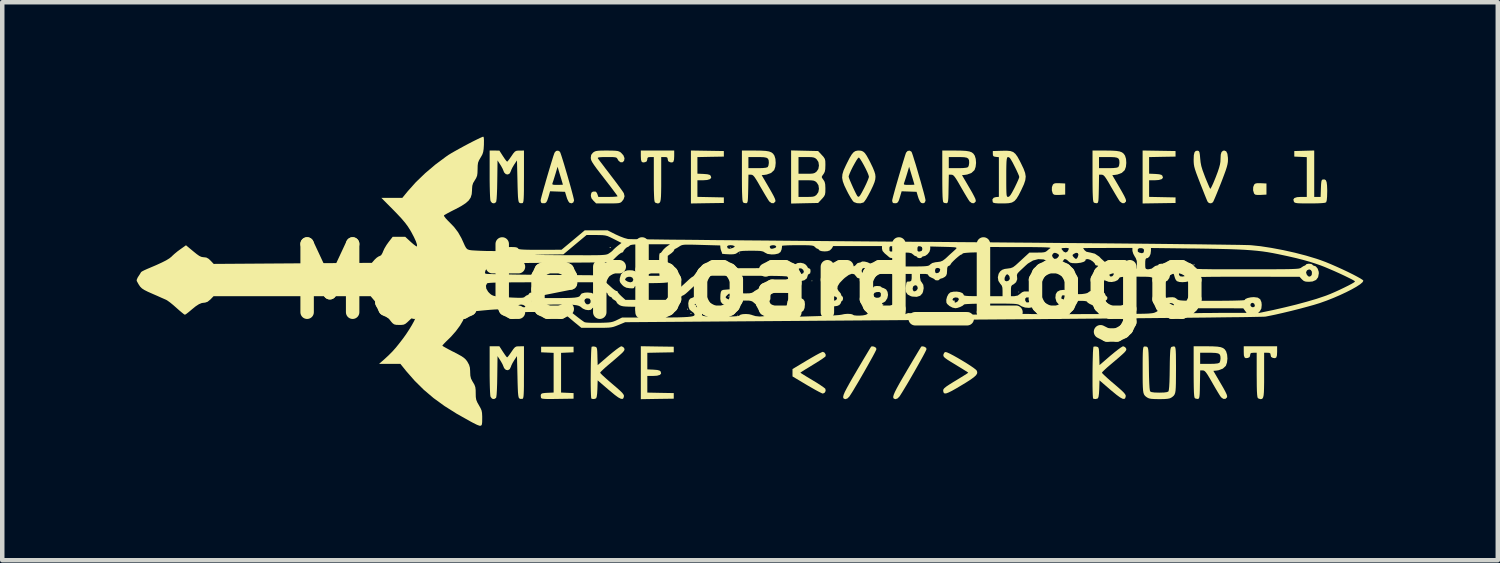
<source format=kicad_pcb>
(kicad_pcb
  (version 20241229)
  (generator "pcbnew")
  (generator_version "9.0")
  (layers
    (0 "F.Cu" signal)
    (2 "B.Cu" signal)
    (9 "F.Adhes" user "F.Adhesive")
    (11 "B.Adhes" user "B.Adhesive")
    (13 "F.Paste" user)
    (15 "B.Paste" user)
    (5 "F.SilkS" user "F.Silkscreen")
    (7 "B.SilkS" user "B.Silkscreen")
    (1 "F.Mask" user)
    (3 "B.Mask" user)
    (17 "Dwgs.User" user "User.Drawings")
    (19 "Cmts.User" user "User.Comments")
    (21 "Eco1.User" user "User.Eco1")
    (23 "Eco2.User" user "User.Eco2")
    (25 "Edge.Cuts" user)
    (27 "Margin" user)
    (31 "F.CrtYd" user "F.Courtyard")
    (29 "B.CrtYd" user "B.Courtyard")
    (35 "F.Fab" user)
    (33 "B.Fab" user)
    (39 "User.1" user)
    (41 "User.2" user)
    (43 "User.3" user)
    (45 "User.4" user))
  (footprint "Masterboard_Logo"
    (layer "F.Cu")
    (at 13.674 3.229)
    (property "Reference" "Masterboard_Logo" (at 0 0 0) (layer "F.SilkS") (effects (font (size 1.524 1.524) (thickness 0.3))))
    (attr board_only exclude_from_pos_files exclude_from_bom)
    (fp_poly (pts (xy -0.414 -0.756) (xy -0.424 -0.745) (xy -0.435 -0.756) (xy -0.424 -0.766)) (stroke (width 0) (type solid)) (fill yes) (layer "F.SilkS"))
    (fp_poly (pts (xy -0.248 0.756) (xy -0.259 0.766) (xy -0.269 0.756) (xy -0.259 0.745)) (stroke (width 0) (type solid)) (fill yes) (layer "F.SilkS"))
    (fp_poly (pts (xy -0.207 -0.631) (xy -0.217 -0.621) (xy -0.228 -0.631) (xy -0.217 -0.642)) (stroke (width 0) (type solid)) (fill yes) (layer "F.SilkS"))
    (fp_poly (pts (xy 0.745 0.756) (xy 0.735 0.766) (xy 0.725 0.756) (xy 0.735 0.745)) (stroke (width 0) (type solid)) (fill yes) (layer "F.SilkS"))
    (fp_poly (pts (xy 1.408 -0.01) (xy 1.397 0) (xy 1.387 -0.01) (xy 1.397 -0.021)) (stroke (width 0) (type solid)) (fill yes) (layer "F.SilkS"))
    (fp_poly (pts (xy 3.209 -0.756) (xy 3.198 -0.745) (xy 3.188 -0.756) (xy 3.198 -0.766)) (stroke (width 0) (type solid)) (fill yes) (layer "F.SilkS"))
    (fp_poly (pts (xy 6.024 0.238) (xy 6.014 0.248) (xy 6.003 0.238) (xy 6.014 0.228)) (stroke (width 0) (type solid)) (fill yes) (layer "F.SilkS"))
    (fp_poly (pts (xy 7.721 0.362) (xy 7.711 0.373) (xy 7.701 0.362) (xy 7.711 0.352)) (stroke (width 0) (type solid)) (fill yes) (layer "F.SilkS"))
    (fp_poly (pts (xy 8.405 -0.3) (xy 8.394 -0.29) (xy 8.384 -0.3) (xy 8.394 -0.311)) (stroke (width 0) (type solid)) (fill yes) (layer "F.SilkS"))
    (fp_poly (pts (xy 9.191 -0.238) (xy 9.181 -0.228) (xy 9.17 -0.238) (xy 9.181 -0.248)) (stroke (width 0) (type solid)) (fill yes) (layer "F.SilkS"))
    (fp_poly (pts (xy 9.709 0.673) (xy 9.698 0.683) (xy 9.688 0.673) (xy 9.698 0.662)) (stroke (width 0) (type solid)) (fill yes) (layer "F.SilkS"))
    (fp_poly (pts (xy -3.091 -0.759) (xy -3.094 -0.747) (xy -3.105 -0.745) (xy -3.122 -0.753) (xy -3.119 -0.759) (xy -3.094 -0.762)) (stroke (width 0) (type solid)) (fill yes) (layer "F.SilkS"))
    (fp_poly (pts (xy -1.373 0.607) (xy -1.371 0.632) (xy -1.373 0.635) (xy -1.385 0.632) (xy -1.387 0.621) (xy -1.379 0.604)) (stroke (width 0) (type solid)) (fill yes) (layer "F.SilkS"))
    (fp_poly (pts (xy -1.29 0.711) (xy -1.293 0.723) (xy -1.304 0.725) (xy -1.321 0.717) (xy -1.318 0.711) (xy -1.293 0.708)) (stroke (width 0) (type solid)) (fill yes) (layer "F.SilkS"))
    (fp_poly (pts (xy -0.442 0.338) (xy -0.444 0.35) (xy -0.455 0.352) (xy -0.472 0.344) (xy -0.469 0.338) (xy -0.445 0.336)) (stroke (width 0) (type solid)) (fill yes) (layer "F.SilkS"))
    (fp_poly (pts (xy -0.173 0.214) (xy -0.175 0.226) (xy -0.186 0.228) (xy -0.203 0.22) (xy -0.2 0.214) (xy -0.176 0.211)) (stroke (width 0) (type solid)) (fill yes) (layer "F.SilkS"))
    (fp_poly (pts (xy -0.173 0.483) (xy -0.175 0.495) (xy -0.186 0.497) (xy -0.203 0.489) (xy -0.2 0.483) (xy -0.176 0.481)) (stroke (width 0) (type solid)) (fill yes) (layer "F.SilkS"))
    (fp_poly (pts (xy 7.839 -0.055) (xy 7.841 -0.031) (xy 7.839 -0.028) (xy 7.826 -0.03) (xy 7.825 -0.041) (xy 7.833 -0.058)) (stroke (width 0) (type solid)) (fill yes) (layer "F.SilkS"))
    (fp_poly (pts (xy 9.93 -0.386) (xy 9.932 -0.362) (xy 9.93 -0.359) (xy 9.917 -0.362) (xy 9.916 -0.373) (xy 9.923 -0.39)) (stroke (width 0) (type solid)) (fill yes) (layer "F.SilkS"))
    (fp_poly (pts (xy 6.925 -2.19) (xy 7.049 -2.184) (xy 7.049 -1.936) (xy 6.921 -1.929) (xy 6.848 -1.928) (xy 6.805 -1.933) (xy 6.781 -1.949) (xy 6.77 -1.964) (xy 6.751 -2.031) (xy 6.753 -2.104) (xy 6.775 -2.16) (xy 6.8 -2.181) (xy 6.841 -2.191) (xy 6.91 -2.191)) (stroke (width 0) (type solid)) (fill yes) (layer "F.SilkS"))
    (fp_poly (pts (xy 11.417 -2.19) (xy 11.541 -2.184) (xy 11.541 -1.936) (xy 11.413 -1.929) (xy 11.34 -1.928) (xy 11.297 -1.933) (xy 11.273 -1.949) (xy 11.263 -1.964) (xy 11.243 -2.031) (xy 11.245 -2.104) (xy 11.267 -2.16) (xy 11.292 -2.181) (xy 11.333 -2.191) (xy 11.402 -2.191)) (stroke (width 0) (type solid)) (fill yes) (layer "F.SilkS"))
    (fp_poly (pts (xy 9.145 -2.914) (xy 9.512 -2.908) (xy 9.512 -2.784) (xy 9.217 -2.779) (xy 8.922 -2.773) (xy 8.922 -2.403) (xy 9.06 -2.397) (xy 9.144 -2.39) (xy 9.195 -2.377) (xy 9.219 -2.356) (xy 9.231 -2.312) (xy 9.204 -2.281) (xy 9.139 -2.262) (xy 9.054 -2.256) (xy 8.922 -2.256) (xy 8.922 -1.885) (xy 9.217 -1.879) (xy 9.512 -1.873) (xy 9.512 -1.749) (xy 8.777 -1.738) (xy 8.777 -2.92)) (stroke (width 0) (type solid)) (fill yes) (layer "F.SilkS"))
    (fp_poly (pts (xy -2.055 1.454) (xy -1.687 1.459) (xy -1.687 1.584) (xy -1.982 1.589) (xy -2.277 1.595) (xy -2.277 1.965) (xy -2.14 1.971) (xy -2.055 1.978) (xy -2.005 1.991) (xy -1.98 2.011) (xy -1.969 2.056) (xy -1.995 2.087) (xy -2.06 2.106) (xy -2.145 2.111) (xy -2.277 2.111) (xy -2.277 2.483) (xy -1.982 2.489) (xy -1.687 2.494) (xy -1.687 2.619) (xy -2.055 2.624) (xy -2.422 2.63) (xy -2.422 1.448)) (stroke (width 0) (type solid)) (fill yes) (layer "F.SilkS"))
    (fp_poly (pts (xy -0.937 -2.914) (xy -0.569 -2.908) (xy -0.569 -2.784) (xy -0.864 -2.779) (xy -1.159 -2.773) (xy -1.159 -2.403) (xy -1.022 -2.397) (xy -0.937 -2.39) (xy -0.887 -2.377) (xy -0.862 -2.356) (xy -0.851 -2.312) (xy -0.878 -2.281) (xy -0.942 -2.262) (xy -1.027 -2.256) (xy -1.159 -2.256) (xy -1.159 -1.885) (xy -0.864 -1.879) (xy -0.569 -1.873) (xy -0.569 -1.749) (xy -0.937 -1.744) (xy -1.304 -1.738) (xy -1.304 -2.92)) (stroke (width 0) (type solid)) (fill yes) (layer "F.SilkS"))
    (fp_poly (pts (xy -3.923 1.584) (xy -4.202 1.596) (xy -4.202 2.482) (xy -3.923 2.494) (xy -3.923 2.619) (xy -4.28 2.624) (xy -4.413 2.626) (xy -4.51 2.626) (xy -4.577 2.623) (xy -4.619 2.618) (xy -4.641 2.61) (xy -4.65 2.6) (xy -4.656 2.553) (xy -4.654 2.532) (xy -4.643 2.511) (xy -4.614 2.498) (xy -4.558 2.491) (xy -4.507 2.488) (xy -4.368 2.482) (xy -4.368 1.596) (xy -4.647 1.584) (xy -4.647 1.459) (xy -3.923 1.459)) (stroke (width 0) (type solid)) (fill yes) (layer "F.SilkS"))
    (fp_poly (pts (xy 2.783 1.457) (xy 2.827 1.483) (xy 2.836 1.513) (xy 2.826 1.539) (xy 2.798 1.595) (xy 2.755 1.676) (xy 2.7 1.775) (xy 2.637 1.888) (xy 2.569 2.008) (xy 2.498 2.131) (xy 2.429 2.25) (xy 2.363 2.36) (xy 2.306 2.456) (xy 2.258 2.531) (xy 2.231 2.572) (xy 2.187 2.615) (xy 2.139 2.63) (xy 2.105 2.615) (xy 2.095 2.597) (xy 2.095 2.569) (xy 2.106 2.527) (xy 2.131 2.468) (xy 2.172 2.389) (xy 2.229 2.285) (xy 2.304 2.153) (xy 2.4 1.99) (xy 2.4 1.989) (xy 2.479 1.856) (xy 2.551 1.734) (xy 2.614 1.629) (xy 2.664 1.545) (xy 2.7 1.486) (xy 2.719 1.457) (xy 2.72 1.455) (xy 2.746 1.451)) (stroke (width 0) (type solid)) (fill yes) (layer "F.SilkS"))
    (fp_poly (pts (xy 3.901 1.457) (xy 3.945 1.483) (xy 3.954 1.513) (xy 3.944 1.539) (xy 3.916 1.595) (xy 3.873 1.676) (xy 3.818 1.775) (xy 3.755 1.888) (xy 3.687 2.008) (xy 3.616 2.131) (xy 3.547 2.25) (xy 3.481 2.36) (xy 3.423 2.456) (xy 3.376 2.531) (xy 3.349 2.572) (xy 3.305 2.615) (xy 3.257 2.63) (xy 3.222 2.615) (xy 3.212 2.597) (xy 3.212 2.569) (xy 3.224 2.527) (xy 3.249 2.468) (xy 3.289 2.389) (xy 3.346 2.285) (xy 3.422 2.153) (xy 3.518 1.99) (xy 3.518 1.989) (xy 3.597 1.856) (xy 3.669 1.734) (xy 3.732 1.629) (xy 3.782 1.545) (xy 3.818 1.486) (xy 3.836 1.457) (xy 3.838 1.455) (xy 3.864 1.451)) (stroke (width 0) (type solid)) (fill yes) (layer "F.SilkS"))
    (fp_poly (pts (xy 1.678 1.591) (xy 1.703 1.631) (xy 1.703 1.671) (xy 1.683 1.69) (xy 1.634 1.726) (xy 1.561 1.774) (xy 1.472 1.83) (xy 1.416 1.864) (xy 1.322 1.922) (xy 1.241 1.971) (xy 1.18 2.01) (xy 1.145 2.033) (xy 1.139 2.038) (xy 1.155 2.05) (xy 1.202 2.08) (xy 1.271 2.123) (xy 1.358 2.175) (xy 1.408 2.205) (xy 1.504 2.263) (xy 1.587 2.317) (xy 1.651 2.361) (xy 1.689 2.391) (xy 1.697 2.4) (xy 1.703 2.446) (xy 1.681 2.486) (xy 1.641 2.505) (xy 1.64 2.505) (xy 1.611 2.494) (xy 1.554 2.466) (xy 1.474 2.423) (xy 1.378 2.368) (xy 1.283 2.313) (xy 0.963 2.122) (xy 0.963 1.958) (xy 1.283 1.766) (xy 1.389 1.704) (xy 1.483 1.65) (xy 1.561 1.608) (xy 1.616 1.582) (xy 1.64 1.573)) (stroke (width 0) (type solid)) (fill yes) (layer "F.SilkS"))
    (fp_poly (pts (xy 12.607 -1.884) (xy 12.75 -1.884) (xy 12.756 -2.075) (xy 12.76 -2.166) (xy 12.766 -2.224) (xy 12.775 -2.256) (xy 12.79 -2.271) (xy 12.799 -2.273) (xy 12.839 -2.274) (xy 12.866 -2.257) (xy 12.884 -2.214) (xy 12.893 -2.143) (xy 12.897 -2.036) (xy 12.897 -2.01) (xy 12.894 -1.891) (xy 12.887 -1.81) (xy 12.874 -1.767) (xy 12.872 -1.764) (xy 12.844 -1.753) (xy 12.782 -1.746) (xy 12.685 -1.741) (xy 12.55 -1.739) (xy 12.51 -1.739) (xy 12.384 -1.739) (xy 12.292 -1.741) (xy 12.23 -1.744) (xy 12.191 -1.751) (xy 12.168 -1.76) (xy 12.156 -1.773) (xy 12.154 -1.776) (xy 12.141 -1.825) (xy 12.164 -1.859) (xy 12.224 -1.879) (xy 12.308 -1.884) (xy 12.441 -1.884) (xy 12.441 -2.772) (xy 12.162 -2.784) (xy 12.162 -2.908) (xy 12.384 -2.914) (xy 12.607 -2.92)) (stroke (width 0) (type solid)) (fill yes) (layer "F.SilkS"))
    (fp_poly (pts (xy -1.677 -2.796) (xy -1.681 -2.716) (xy -1.695 -2.67) (xy -1.723 -2.653) (xy -1.771 -2.658) (xy -1.771 -2.659) (xy -1.812 -2.682) (xy -1.822 -2.723) (xy -1.827 -2.757) (xy -1.852 -2.772) (xy -1.894 -2.774) (xy -1.967 -2.774) (xy -1.967 -2.281) (xy -1.967 -2.117) (xy -1.969 -1.99) (xy -1.972 -1.895) (xy -1.978 -1.827) (xy -1.987 -1.782) (xy -2.001 -1.756) (xy -2.019 -1.743) (xy -2.043 -1.739) (xy -2.049 -1.739) (xy -2.093 -1.753) (xy -2.107 -1.764) (xy -2.116 -1.786) (xy -2.123 -1.836) (xy -2.127 -1.917) (xy -2.131 -2.032) (xy -2.132 -2.183) (xy -2.132 -2.281) (xy -2.132 -2.774) (xy -2.205 -2.774) (xy -2.254 -2.77) (xy -2.274 -2.753) (xy -2.277 -2.723) (xy -2.29 -2.678) (xy -2.328 -2.659) (xy -2.375 -2.653) (xy -2.404 -2.67) (xy -2.418 -2.715) (xy -2.422 -2.796) (xy -2.422 -2.919) (xy -1.677 -2.919)) (stroke (width 0) (type solid)) (fill yes) (layer "F.SilkS"))
    (fp_poly (pts (xy 11.779 1.572) (xy 11.775 1.652) (xy 11.761 1.698) (xy 11.732 1.715) (xy 11.685 1.709) (xy 11.684 1.709) (xy 11.644 1.686) (xy 11.634 1.645) (xy 11.628 1.611) (xy 11.604 1.596) (xy 11.561 1.594) (xy 11.489 1.594) (xy 11.489 2.087) (xy 11.489 2.251) (xy 11.487 2.378) (xy 11.484 2.473) (xy 11.478 2.541) (xy 11.468 2.586) (xy 11.455 2.612) (xy 11.436 2.625) (xy 11.413 2.629) (xy 11.406 2.629) (xy 11.363 2.615) (xy 11.348 2.604) (xy 11.34 2.582) (xy 11.333 2.531) (xy 11.328 2.451) (xy 11.325 2.336) (xy 11.324 2.185) (xy 11.323 2.087) (xy 11.323 1.594) (xy 11.251 1.594) (xy 11.202 1.598) (xy 11.182 1.615) (xy 11.178 1.645) (xy 11.165 1.69) (xy 11.128 1.709) (xy 11.08 1.715) (xy 11.052 1.698) (xy 11.037 1.652) (xy 11.034 1.572) (xy 11.034 1.449) (xy 11.779 1.449)) (stroke (width 0) (type solid)) (fill yes) (layer "F.SilkS"))
    (fp_poly (pts (xy 4.413 1.586) (xy 4.473 1.613) (xy 4.553 1.655) (xy 4.646 1.707) (xy 4.745 1.765) (xy 4.842 1.824) (xy 4.931 1.881) (xy 5.004 1.931) (xy 5.055 1.971) (xy 5.074 1.991) (xy 5.086 2.026) (xy 5.082 2.06) (xy 5.058 2.097) (xy 5.011 2.14) (xy 4.937 2.194) (xy 4.832 2.261) (xy 4.741 2.316) (xy 4.615 2.391) (xy 4.519 2.445) (xy 4.448 2.48) (xy 4.399 2.499) (xy 4.365 2.503) (xy 4.343 2.494) (xy 4.34 2.491) (xy 4.329 2.461) (xy 4.326 2.43) (xy 4.333 2.408) (xy 4.354 2.382) (xy 4.396 2.348) (xy 4.463 2.303) (xy 4.559 2.243) (xy 4.606 2.215) (xy 4.701 2.157) (xy 4.782 2.107) (xy 4.844 2.068) (xy 4.879 2.044) (xy 4.885 2.039) (xy 4.869 2.026) (xy 4.822 1.996) (xy 4.752 1.952) (xy 4.665 1.899) (xy 4.605 1.862) (xy 4.499 1.798) (xy 4.423 1.75) (xy 4.374 1.715) (xy 4.345 1.689) (xy 4.332 1.667) (xy 4.33 1.645) (xy 4.33 1.639) (xy 4.349 1.592) (xy 4.38 1.577)) (stroke (width 0) (type solid)) (fill yes) (layer "F.SilkS"))
    (fp_poly (pts (xy -5.03 -2.339) (xy -5.031 -2.167) (xy -5.031 -2.032) (xy -5.033 -1.93) (xy -5.036 -1.856) (xy -5.04 -1.804) (xy -5.046 -1.772) (xy -5.053 -1.754) (xy -5.063 -1.746) (xy -5.064 -1.745) (xy -5.109 -1.744) (xy -5.131 -1.753) (xy -5.143 -1.765) (xy -5.151 -1.789) (xy -5.158 -1.829) (xy -5.164 -1.891) (xy -5.168 -1.98) (xy -5.172 -2.101) (xy -5.175 -2.236) (xy -5.186 -2.699) (xy -5.248 -2.607) (xy -5.285 -2.545) (xy -5.313 -2.488) (xy -5.32 -2.466) (xy -5.347 -2.409) (xy -5.388 -2.385) (xy -5.434 -2.392) (xy -5.473 -2.431) (xy -5.487 -2.466) (xy -5.507 -2.514) (xy -5.541 -2.576) (xy -5.561 -2.608) (xy -5.62 -2.699) (xy -5.626 -2.246) (xy -5.629 -2.077) (xy -5.634 -1.943) (xy -5.64 -1.845) (xy -5.648 -1.785) (xy -5.654 -1.766) (xy -5.697 -1.74) (xy -5.742 -1.749) (xy -5.775 -1.79) (xy -5.776 -1.792) (xy -5.782 -1.827) (xy -5.787 -1.897) (xy -5.791 -1.997) (xy -5.794 -2.12) (xy -5.796 -2.261) (xy -5.796 -2.382) (xy -5.796 -2.919) (xy -5.688 -2.919) (xy -5.579 -2.918) (xy -5.499 -2.794) (xy -5.458 -2.733) (xy -5.425 -2.689) (xy -5.406 -2.671) (xy -5.406 -2.67) (xy -5.389 -2.686) (xy -5.356 -2.728) (xy -5.314 -2.788) (xy -5.31 -2.794) (xy -5.266 -2.858) (xy -5.233 -2.895) (xy -5.202 -2.912) (xy -5.161 -2.918) (xy -5.129 -2.918) (xy -5.03 -2.919)) (stroke (width 0) (type solid)) (fill yes) (layer "F.SilkS"))
    (fp_poly (pts (xy -5.03 2.029) (xy -5.031 2.201) (xy -5.031 2.336) (xy -5.033 2.438) (xy -5.036 2.512) (xy -5.04 2.563) (xy -5.046 2.596) (xy -5.053 2.614) (xy -5.063 2.622) (xy -5.064 2.623) (xy -5.109 2.624) (xy -5.131 2.615) (xy -5.143 2.603) (xy -5.151 2.579) (xy -5.158 2.539) (xy -5.164 2.476) (xy -5.168 2.387) (xy -5.172 2.266) (xy -5.175 2.131) (xy -5.186 1.669) (xy -5.248 1.761) (xy -5.285 1.823) (xy -5.313 1.88) (xy -5.32 1.902) (xy -5.347 1.959) (xy -5.388 1.983) (xy -5.434 1.976) (xy -5.473 1.937) (xy -5.487 1.902) (xy -5.507 1.854) (xy -5.541 1.792) (xy -5.561 1.76) (xy -5.62 1.669) (xy -5.626 2.122) (xy -5.629 2.29) (xy -5.634 2.425) (xy -5.64 2.523) (xy -5.648 2.583) (xy -5.654 2.602) (xy -5.697 2.628) (xy -5.742 2.619) (xy -5.775 2.578) (xy -5.776 2.576) (xy -5.782 2.541) (xy -5.787 2.471) (xy -5.791 2.371) (xy -5.794 2.248) (xy -5.796 2.107) (xy -5.796 1.986) (xy -5.796 1.449) (xy -5.688 1.449) (xy -5.579 1.449) (xy -5.499 1.573) (xy -5.458 1.634) (xy -5.425 1.679) (xy -5.406 1.697) (xy -5.406 1.697) (xy -5.389 1.682) (xy -5.356 1.64) (xy -5.314 1.58) (xy -5.31 1.574) (xy -5.266 1.51) (xy -5.233 1.473) (xy -5.202 1.455) (xy -5.161 1.45) (xy -5.129 1.45) (xy -5.03 1.449)) (stroke (width 0) (type solid)) (fill yes) (layer "F.SilkS"))
    (fp_poly (pts (xy -4.228 -2.893) (xy -4.216 -2.866) (xy -4.195 -2.805) (xy -4.167 -2.717) (xy -4.134 -2.61) (xy -4.098 -2.488) (xy -4.06 -2.359) (xy -4.023 -2.23) (xy -3.988 -2.107) (xy -3.958 -1.996) (xy -3.934 -1.904) (xy -3.918 -1.838) (xy -3.912 -1.805) (xy -3.912 -1.805) (xy -3.929 -1.76) (xy -3.968 -1.741) (xy -4.014 -1.753) (xy -4.038 -1.784) (xy -4.065 -1.84) (xy -4.08 -1.886) (xy -4.114 -1.998) (xy -4.28 -2.004) (xy -4.447 -2.01) (xy -4.485 -1.879) (xy -4.509 -1.807) (xy -4.53 -1.767) (xy -4.554 -1.748) (xy -4.576 -1.743) (xy -4.621 -1.744) (xy -4.643 -1.752) (xy -4.655 -1.783) (xy -4.658 -1.808) (xy -4.652 -1.837) (xy -4.636 -1.9) (xy -4.612 -1.988) (xy -4.582 -2.097) (xy -4.559 -2.174) (xy -4.398 -2.174) (xy -4.39 -2.16) (xy -4.359 -2.154) (xy -4.295 -2.153) (xy -4.285 -2.153) (xy -4.219 -2.154) (xy -4.175 -2.156) (xy -4.161 -2.158) (xy -4.167 -2.179) (xy -4.182 -2.23) (xy -4.204 -2.304) (xy -4.221 -2.36) (xy -4.28 -2.557) (xy -4.326 -2.402) (xy -4.351 -2.321) (xy -4.373 -2.25) (xy -4.389 -2.204) (xy -4.39 -2.2) (xy -4.398 -2.174) (xy -4.559 -2.174) (xy -4.547 -2.218) (xy -4.51 -2.346) (xy -4.472 -2.474) (xy -4.436 -2.595) (xy -4.403 -2.702) (xy -4.376 -2.79) (xy -4.355 -2.851) (xy -4.347 -2.872) (xy -4.314 -2.91) (xy -4.268 -2.917)) (stroke (width 0) (type solid)) (fill yes) (layer "F.SilkS"))
    (fp_poly (pts (xy 3.618 -2.893) (xy 3.63 -2.866) (xy 3.651 -2.805) (xy 3.678 -2.717) (xy 3.712 -2.61) (xy 3.748 -2.488) (xy 3.785 -2.359) (xy 3.823 -2.23) (xy 3.857 -2.107) (xy 3.888 -1.996) (xy 3.912 -1.904) (xy 3.927 -1.838) (xy 3.933 -1.805) (xy 3.933 -1.805) (xy 3.917 -1.76) (xy 3.878 -1.741) (xy 3.832 -1.753) (xy 3.808 -1.784) (xy 3.781 -1.84) (xy 3.765 -1.886) (xy 3.732 -1.998) (xy 3.565 -2.004) (xy 3.399 -2.01) (xy 3.36 -1.879) (xy 3.337 -1.807) (xy 3.316 -1.767) (xy 3.291 -1.748) (xy 3.269 -1.743) (xy 3.224 -1.744) (xy 3.203 -1.752) (xy 3.19 -1.783) (xy 3.188 -1.808) (xy 3.194 -1.837) (xy 3.21 -1.9) (xy 3.234 -1.988) (xy 3.264 -2.097) (xy 3.286 -2.174) (xy 3.448 -2.174) (xy 3.455 -2.16) (xy 3.487 -2.154) (xy 3.55 -2.153) (xy 3.561 -2.153) (xy 3.626 -2.154) (xy 3.671 -2.156) (xy 3.684 -2.158) (xy 3.679 -2.179) (xy 3.664 -2.23) (xy 3.642 -2.304) (xy 3.625 -2.36) (xy 3.566 -2.557) (xy 3.52 -2.402) (xy 3.495 -2.321) (xy 3.472 -2.25) (xy 3.457 -2.204) (xy 3.455 -2.2) (xy 3.448 -2.174) (xy 3.286 -2.174) (xy 3.299 -2.218) (xy 3.336 -2.346) (xy 3.374 -2.474) (xy 3.41 -2.595) (xy 3.443 -2.702) (xy 3.47 -2.79) (xy 3.49 -2.851) (xy 3.498 -2.872) (xy 3.532 -2.91) (xy 3.578 -2.917)) (stroke (width 0) (type solid)) (fill yes) (layer "F.SilkS"))
    (fp_poly (pts (xy 10.643 -2.901) (xy 10.669 -2.848) (xy 10.681 -2.758) (xy 10.682 -2.715) (xy 10.68 -2.667) (xy 10.672 -2.616) (xy 10.657 -2.555) (xy 10.633 -2.479) (xy 10.597 -2.38) (xy 10.549 -2.253) (xy 10.525 -2.191) (xy 10.476 -2.069) (xy 10.432 -1.96) (xy 10.394 -1.869) (xy 10.365 -1.803) (xy 10.348 -1.768) (xy 10.346 -1.765) (xy 10.304 -1.741) (xy 10.257 -1.748) (xy 10.228 -1.777) (xy 10.214 -1.807) (xy 10.188 -1.87) (xy 10.153 -1.957) (xy 10.111 -2.064) (xy 10.064 -2.181) (xy 10.062 -2.187) (xy 10.011 -2.319) (xy 9.973 -2.42) (xy 9.947 -2.497) (xy 9.93 -2.558) (xy 9.921 -2.611) (xy 9.917 -2.663) (xy 9.916 -2.716) (xy 9.92 -2.816) (xy 9.935 -2.879) (xy 9.963 -2.911) (xy 10.005 -2.916) (xy 10.013 -2.915) (xy 10.033 -2.905) (xy 10.046 -2.878) (xy 10.055 -2.825) (xy 10.062 -2.743) (xy 10.071 -2.656) (xy 10.087 -2.573) (xy 10.115 -2.48) (xy 10.157 -2.367) (xy 10.171 -2.329) (xy 10.21 -2.234) (xy 10.244 -2.154) (xy 10.27 -2.095) (xy 10.285 -2.066) (xy 10.286 -2.064) (xy 10.298 -2.077) (xy 10.322 -2.122) (xy 10.355 -2.193) (xy 10.392 -2.283) (xy 10.409 -2.325) (xy 10.454 -2.444) (xy 10.484 -2.535) (xy 10.503 -2.606) (xy 10.513 -2.668) (xy 10.516 -2.73) (xy 10.516 -2.735) (xy 10.521 -2.828) (xy 10.538 -2.885) (xy 10.57 -2.914) (xy 10.602 -2.919)) (stroke (width 0) (type solid)) (fill yes) (layer "F.SilkS"))
    (fp_poly (pts (xy -2.816 1.466) (xy -2.794 1.492) (xy -2.787 1.51) (xy -2.788 1.53) (xy -2.8 1.554) (xy -2.828 1.587) (xy -2.875 1.631) (xy -2.944 1.692) (xy -3.038 1.773) (xy -3.133 1.853) (xy -3.208 1.917) (xy -3.27 1.974) (xy -3.313 2.016) (xy -3.33 2.038) (xy -3.33 2.039) (xy -3.315 2.059) (xy -3.274 2.1) (xy -3.21 2.158) (xy -3.131 2.228) (xy -3.062 2.287) (xy -2.961 2.373) (xy -2.889 2.437) (xy -2.841 2.484) (xy -2.813 2.519) (xy -2.8 2.545) (xy -2.799 2.566) (xy -2.81 2.607) (xy -2.832 2.625) (xy -2.87 2.62) (xy -2.927 2.59) (xy -3.005 2.533) (xy -3.107 2.448) (xy -3.14 2.421) (xy -3.385 2.21) (xy -3.391 2.403) (xy -3.397 2.507) (xy -3.407 2.577) (xy -3.42 2.611) (xy -3.422 2.612) (xy -3.467 2.627) (xy -3.512 2.623) (xy -3.526 2.615) (xy -3.531 2.59) (xy -3.535 2.53) (xy -3.538 2.443) (xy -3.54 2.334) (xy -3.541 2.209) (xy -3.54 2.077) (xy -3.539 1.942) (xy -3.537 1.812) (xy -3.534 1.694) (xy -3.531 1.592) (xy -3.527 1.515) (xy -3.522 1.469) (xy -3.518 1.459) (xy -3.483 1.453) (xy -3.446 1.458) (xy -3.423 1.466) (xy -3.408 1.481) (xy -3.399 1.512) (xy -3.394 1.567) (xy -3.391 1.654) (xy -3.391 1.67) (xy -3.385 1.87) (xy -3.14 1.659) (xy -3.053 1.587) (xy -2.975 1.525) (xy -2.911 1.479) (xy -2.868 1.453) (xy -2.856 1.449)) (stroke (width 0) (type solid)) (fill yes) (layer "F.SilkS"))
    (fp_poly (pts (xy 8.383 1.466) (xy 8.405 1.492) (xy 8.413 1.51) (xy 8.412 1.53) (xy 8.399 1.554) (xy 8.371 1.587) (xy 8.324 1.631) (xy 8.256 1.692) (xy 8.161 1.773) (xy 8.066 1.853) (xy 7.991 1.917) (xy 7.929 1.974) (xy 7.886 2.016) (xy 7.869 2.038) (xy 7.869 2.039) (xy 7.884 2.059) (xy 7.926 2.1) (xy 7.989 2.158) (xy 8.068 2.228) (xy 8.138 2.287) (xy 8.238 2.373) (xy 8.31 2.437) (xy 8.358 2.484) (xy 8.386 2.519) (xy 8.399 2.545) (xy 8.4 2.566) (xy 8.389 2.607) (xy 8.367 2.625) (xy 8.329 2.62) (xy 8.273 2.59) (xy 8.195 2.533) (xy 8.092 2.448) (xy 8.059 2.421) (xy 7.815 2.21) (xy 7.809 2.403) (xy 7.803 2.507) (xy 7.793 2.577) (xy 7.779 2.611) (xy 7.778 2.612) (xy 7.732 2.627) (xy 7.687 2.623) (xy 7.673 2.615) (xy 7.668 2.59) (xy 7.664 2.53) (xy 7.661 2.443) (xy 7.659 2.334) (xy 7.659 2.209) (xy 7.659 2.077) (xy 7.66 1.942) (xy 7.662 1.812) (xy 7.665 1.694) (xy 7.668 1.592) (xy 7.673 1.515) (xy 7.678 1.469) (xy 7.681 1.459) (xy 7.717 1.453) (xy 7.753 1.458) (xy 7.776 1.466) (xy 7.791 1.481) (xy 7.8 1.512) (xy 7.805 1.567) (xy 7.808 1.654) (xy 7.809 1.67) (xy 7.815 1.87) (xy 8.059 1.659) (xy 8.146 1.587) (xy 8.225 1.525) (xy 8.288 1.479) (xy 8.331 1.453) (xy 8.343 1.449)) (stroke (width 0) (type solid)) (fill yes) (layer "F.SilkS"))
    (fp_poly (pts (xy 5.826 -2.908) (xy 5.887 -2.887) (xy 5.937 -2.846) (xy 5.984 -2.782) (xy 6.036 -2.687) (xy 6.066 -2.627) (xy 6.121 -2.512) (xy 6.155 -2.419) (xy 6.168 -2.339) (xy 6.159 -2.259) (xy 6.129 -2.168) (xy 6.077 -2.055) (xy 6.068 -2.035) (xy 6.011 -1.923) (xy 5.962 -1.843) (xy 5.915 -1.791) (xy 5.86 -1.759) (xy 5.79 -1.744) (xy 5.697 -1.739) (xy 5.648 -1.739) (xy 5.549 -1.74) (xy 5.484 -1.745) (xy 5.447 -1.754) (xy 5.432 -1.768) (xy 5.432 -1.769) (xy 5.424 -1.827) (xy 5.453 -1.866) (xy 5.501 -1.88) (xy 5.569 -1.886) (xy 5.569 -2.329) (xy 5.734 -2.329) (xy 5.734 -2.182) (xy 5.735 -2.072) (xy 5.737 -1.993) (xy 5.74 -1.94) (xy 5.746 -1.907) (xy 5.754 -1.891) (xy 5.765 -1.885) (xy 5.775 -1.884) (xy 5.799 -1.893) (xy 5.828 -1.925) (xy 5.864 -1.984) (xy 5.913 -2.076) (xy 5.92 -2.09) (xy 5.962 -2.177) (xy 5.996 -2.251) (xy 6.018 -2.306) (xy 6.024 -2.329) (xy 6.015 -2.362) (xy 5.99 -2.42) (xy 5.956 -2.494) (xy 5.916 -2.574) (xy 5.877 -2.651) (xy 5.841 -2.713) (xy 5.816 -2.751) (xy 5.809 -2.758) (xy 5.785 -2.772) (xy 5.767 -2.774) (xy 5.754 -2.761) (xy 5.745 -2.728) (xy 5.739 -2.67) (xy 5.736 -2.584) (xy 5.734 -2.464) (xy 5.734 -2.329) (xy 5.569 -2.329) (xy 5.569 -2.771) (xy 5.501 -2.778) (xy 5.455 -2.787) (xy 5.437 -2.811) (xy 5.434 -2.846) (xy 5.434 -2.908) (xy 5.643 -2.914) (xy 5.748 -2.915)) (stroke (width 0) (type solid)) (fill yes) (layer "F.SilkS"))
    (fp_poly (pts (xy 1.233 -2.915) (xy 1.535 -2.908) (xy 1.616 -2.821) (xy 1.659 -2.773) (xy 1.684 -2.733) (xy 1.695 -2.687) (xy 1.697 -2.62) (xy 1.697 -2.591) (xy 1.694 -2.504) (xy 1.683 -2.445) (xy 1.661 -2.402) (xy 1.656 -2.396) (xy 1.627 -2.355) (xy 1.615 -2.329) (xy 1.615 -2.329) (xy 1.626 -2.304) (xy 1.654 -2.264) (xy 1.656 -2.262) (xy 1.68 -2.221) (xy 1.693 -2.165) (xy 1.697 -2.084) (xy 1.697 -2.066) (xy 1.696 -1.989) (xy 1.688 -1.938) (xy 1.669 -1.898) (xy 1.633 -1.854) (xy 1.616 -1.836) (xy 1.535 -1.749) (xy 1.233 -1.743) (xy 0.932 -1.736) (xy 0.932 -1.884) (xy 1.097 -1.884) (xy 1.274 -1.884) (xy 1.362 -1.885) (xy 1.42 -1.89) (xy 1.458 -1.901) (xy 1.487 -1.921) (xy 1.502 -1.935) (xy 1.54 -1.991) (xy 1.553 -2.063) (xy 1.553 -2.07) (xy 1.542 -2.145) (xy 1.506 -2.202) (xy 1.502 -2.206) (xy 1.473 -2.231) (xy 1.44 -2.246) (xy 1.394 -2.253) (xy 1.321 -2.256) (xy 1.274 -2.256) (xy 1.097 -2.256) (xy 1.097 -1.884) (xy 0.932 -1.884) (xy 0.932 -2.401) (xy 1.097 -2.401) (xy 1.274 -2.401) (xy 1.362 -2.402) (xy 1.42 -2.407) (xy 1.458 -2.419) (xy 1.487 -2.439) (xy 1.502 -2.452) (xy 1.54 -2.508) (xy 1.553 -2.581) (xy 1.553 -2.588) (xy 1.542 -2.662) (xy 1.506 -2.719) (xy 1.502 -2.723) (xy 1.473 -2.748) (xy 1.44 -2.763) (xy 1.394 -2.771) (xy 1.321 -2.774) (xy 1.274 -2.774) (xy 1.097 -2.774) (xy 1.097 -2.401) (xy 0.932 -2.401) (xy 0.932 -2.922)) (stroke (width 0) (type solid)) (fill yes) (layer "F.SilkS"))
    (fp_poly (pts (xy 0.262 -2.917) (xy 0.365 -2.911) (xy 0.439 -2.899) (xy 0.491 -2.879) (xy 0.529 -2.85) (xy 0.557 -2.809) (xy 0.56 -2.804) (xy 0.582 -2.732) (xy 0.588 -2.643) (xy 0.579 -2.555) (xy 0.555 -2.486) (xy 0.552 -2.481) (xy 0.487 -2.42) (xy 0.39 -2.384) (xy 0.339 -2.376) (xy 0.275 -2.37) (xy 0.437 -2.093) (xy 0.5 -1.983) (xy 0.544 -1.902) (xy 0.57 -1.846) (xy 0.582 -1.808) (xy 0.581 -1.783) (xy 0.578 -1.778) (xy 0.542 -1.744) (xy 0.495 -1.746) (xy 0.447 -1.781) (xy 0.441 -1.788) (xy 0.418 -1.823) (xy 0.379 -1.886) (xy 0.329 -1.97) (xy 0.273 -2.066) (xy 0.248 -2.108) (xy 0.188 -2.214) (xy 0.142 -2.288) (xy 0.109 -2.336) (xy 0.083 -2.364) (xy 0.06 -2.377) (xy 0.037 -2.38) (xy -0.02 -2.381) (xy -0.025 -2.065) (xy -0.028 -1.944) (xy -0.031 -1.859) (xy -0.035 -1.802) (xy -0.042 -1.769) (xy -0.052 -1.751) (xy -0.066 -1.744) (xy -0.073 -1.743) (xy -0.119 -1.75) (xy -0.14 -1.763) (xy -0.148 -1.783) (xy -0.155 -1.826) (xy -0.159 -1.895) (xy -0.163 -1.995) (xy -0.165 -2.129) (xy -0.166 -2.3) (xy -0.166 -2.354) (xy -0.166 -2.526) (xy -0.021 -2.526) (xy 0.182 -2.526) (xy 0.293 -2.528) (xy 0.369 -2.536) (xy 0.408 -2.549) (xy 0.41 -2.55) (xy 0.427 -2.587) (xy 0.435 -2.642) (xy 0.435 -2.65) (xy 0.431 -2.702) (xy 0.416 -2.737) (xy 0.382 -2.759) (xy 0.324 -2.77) (xy 0.233 -2.774) (xy 0.182 -2.774) (xy -0.021 -2.774) (xy -0.021 -2.526) (xy -0.166 -2.526) (xy -0.166 -2.919) (xy 0.125 -2.919)) (stroke (width 0) (type solid)) (fill yes) (layer "F.SilkS"))
    (fp_poly (pts (xy 4.734 -2.917) (xy 4.836 -2.911) (xy 4.91 -2.899) (xy 4.963 -2.879) (xy 5 -2.85) (xy 5.028 -2.809) (xy 5.031 -2.804) (xy 5.053 -2.732) (xy 5.06 -2.643) (xy 5.05 -2.555) (xy 5.026 -2.486) (xy 5.023 -2.481) (xy 4.958 -2.42) (xy 4.862 -2.384) (xy 4.811 -2.376) (xy 4.746 -2.37) (xy 4.908 -2.093) (xy 4.972 -1.983) (xy 5.015 -1.902) (xy 5.042 -1.846) (xy 5.053 -1.808) (xy 5.052 -1.783) (xy 5.05 -1.778) (xy 5.013 -1.744) (xy 4.966 -1.746) (xy 4.918 -1.781) (xy 4.913 -1.788) (xy 4.889 -1.823) (xy 4.85 -1.886) (xy 4.8 -1.97) (xy 4.744 -2.066) (xy 4.72 -2.108) (xy 4.659 -2.214) (xy 4.614 -2.288) (xy 4.58 -2.336) (xy 4.554 -2.364) (xy 4.531 -2.377) (xy 4.508 -2.38) (xy 4.452 -2.381) (xy 4.446 -2.065) (xy 4.444 -1.944) (xy 4.441 -1.859) (xy 4.436 -1.802) (xy 4.429 -1.769) (xy 4.419 -1.751) (xy 4.405 -1.744) (xy 4.399 -1.743) (xy 4.352 -1.75) (xy 4.331 -1.763) (xy 4.323 -1.783) (xy 4.317 -1.826) (xy 4.312 -1.895) (xy 4.309 -1.995) (xy 4.307 -2.129) (xy 4.306 -2.3) (xy 4.306 -2.354) (xy 4.306 -2.526) (xy 4.451 -2.526) (xy 4.654 -2.526) (xy 4.764 -2.528) (xy 4.841 -2.536) (xy 4.88 -2.549) (xy 4.881 -2.55) (xy 4.898 -2.587) (xy 4.906 -2.642) (xy 4.906 -2.65) (xy 4.903 -2.702) (xy 4.887 -2.737) (xy 4.854 -2.759) (xy 4.795 -2.77) (xy 4.705 -2.774) (xy 4.654 -2.774) (xy 4.451 -2.774) (xy 4.451 -2.526) (xy 4.306 -2.526) (xy 4.306 -2.919) (xy 4.597 -2.919)) (stroke (width 0) (type solid)) (fill yes) (layer "F.SilkS"))
    (fp_poly (pts (xy 8.087 -2.917) (xy 8.19 -2.911) (xy 8.264 -2.899) (xy 8.316 -2.879) (xy 8.353 -2.85) (xy 8.382 -2.809) (xy 8.385 -2.804) (xy 8.407 -2.732) (xy 8.413 -2.643) (xy 8.404 -2.555) (xy 8.379 -2.486) (xy 8.377 -2.481) (xy 8.312 -2.42) (xy 8.215 -2.384) (xy 8.164 -2.376) (xy 8.1 -2.37) (xy 8.262 -2.093) (xy 8.325 -1.983) (xy 8.369 -1.902) (xy 8.395 -1.846) (xy 8.407 -1.808) (xy 8.406 -1.783) (xy 8.403 -1.778) (xy 8.367 -1.744) (xy 8.32 -1.746) (xy 8.272 -1.781) (xy 8.266 -1.788) (xy 8.243 -1.823) (xy 8.204 -1.886) (xy 8.154 -1.97) (xy 8.098 -2.066) (xy 8.073 -2.108) (xy 8.013 -2.214) (xy 7.967 -2.288) (xy 7.934 -2.336) (xy 7.907 -2.364) (xy 7.884 -2.377) (xy 7.862 -2.38) (xy 7.805 -2.381) (xy 7.8 -2.065) (xy 7.797 -1.944) (xy 7.794 -1.859) (xy 7.79 -1.802) (xy 7.783 -1.769) (xy 7.773 -1.751) (xy 7.759 -1.744) (xy 7.752 -1.743) (xy 7.706 -1.75) (xy 7.685 -1.763) (xy 7.677 -1.783) (xy 7.67 -1.826) (xy 7.666 -1.895) (xy 7.662 -1.995) (xy 7.66 -2.129) (xy 7.659 -2.3) (xy 7.659 -2.354) (xy 7.659 -2.526) (xy 7.804 -2.526) (xy 8.007 -2.526) (xy 8.118 -2.528) (xy 8.194 -2.536) (xy 8.233 -2.549) (xy 8.235 -2.55) (xy 8.252 -2.587) (xy 8.26 -2.642) (xy 8.26 -2.65) (xy 8.256 -2.702) (xy 8.241 -2.737) (xy 8.207 -2.759) (xy 8.149 -2.77) (xy 8.058 -2.774) (xy 8.007 -2.774) (xy 7.804 -2.774) (xy 7.804 -2.526) (xy 7.659 -2.526) (xy 7.659 -2.919) (xy 7.95 -2.919)) (stroke (width 0) (type solid)) (fill yes) (layer "F.SilkS"))
    (fp_poly (pts (xy 10.344 1.451) (xy 10.446 1.457) (xy 10.52 1.469) (xy 10.573 1.489) (xy 10.61 1.518) (xy 10.638 1.559) (xy 10.641 1.564) (xy 10.663 1.636) (xy 10.67 1.725) (xy 10.66 1.813) (xy 10.636 1.882) (xy 10.633 1.887) (xy 10.568 1.948) (xy 10.472 1.984) (xy 10.421 1.992) (xy 10.356 1.998) (xy 10.518 2.275) (xy 10.582 2.385) (xy 10.625 2.465) (xy 10.652 2.522) (xy 10.663 2.56) (xy 10.662 2.585) (xy 10.66 2.59) (xy 10.623 2.624) (xy 10.576 2.622) (xy 10.528 2.587) (xy 10.523 2.58) (xy 10.499 2.545) (xy 10.46 2.482) (xy 10.41 2.398) (xy 10.354 2.302) (xy 10.33 2.259) (xy 10.269 2.154) (xy 10.224 2.08) (xy 10.19 2.032) (xy 10.164 2.004) (xy 10.141 1.991) (xy 10.118 1.988) (xy 10.062 1.987) (xy 10.056 2.303) (xy 10.054 2.424) (xy 10.051 2.509) (xy 10.046 2.566) (xy 10.039 2.599) (xy 10.029 2.617) (xy 10.015 2.623) (xy 10.009 2.625) (xy 9.962 2.618) (xy 9.941 2.605) (xy 9.933 2.585) (xy 9.927 2.542) (xy 9.922 2.472) (xy 9.919 2.372) (xy 9.917 2.239) (xy 9.916 2.068) (xy 9.916 2.014) (xy 9.916 1.842) (xy 10.061 1.842) (xy 10.264 1.842) (xy 10.374 1.84) (xy 10.45 1.832) (xy 10.49 1.819) (xy 10.491 1.818) (xy 10.508 1.781) (xy 10.516 1.725) (xy 10.516 1.718) (xy 10.512 1.666) (xy 10.497 1.631) (xy 10.464 1.609) (xy 10.405 1.598) (xy 10.315 1.594) (xy 10.264 1.594) (xy 10.061 1.594) (xy 10.061 1.842) (xy 9.916 1.842) (xy 9.916 1.449) (xy 10.207 1.449)) (stroke (width 0) (type solid)) (fill yes) (layer "F.SilkS"))
    (fp_poly (pts (xy 2.494 -2.915) (xy 2.537 -2.898) (xy 2.576 -2.865) (xy 2.617 -2.807) (xy 2.665 -2.721) (xy 2.702 -2.649) (xy 2.755 -2.539) (xy 2.789 -2.456) (xy 2.809 -2.391) (xy 2.815 -2.337) (xy 2.815 -2.329) (xy 2.81 -2.275) (xy 2.793 -2.212) (xy 2.761 -2.133) (xy 2.711 -2.027) (xy 2.702 -2.009) (xy 2.654 -1.919) (xy 2.61 -1.842) (xy 2.572 -1.787) (xy 2.548 -1.76) (xy 2.479 -1.741) (xy 2.4 -1.745) (xy 2.334 -1.769) (xy 2.326 -1.776) (xy 2.299 -1.808) (xy 2.26 -1.869) (xy 2.214 -1.949) (xy 2.176 -2.023) (xy 2.12 -2.139) (xy 2.086 -2.231) (xy 2.071 -2.311) (xy 2.073 -2.337) (xy 2.216 -2.337) (xy 2.224 -2.307) (xy 2.246 -2.25) (xy 2.278 -2.176) (xy 2.314 -2.095) (xy 2.351 -2.016) (xy 2.383 -1.951) (xy 2.407 -1.908) (xy 2.415 -1.898) (xy 2.432 -1.887) (xy 2.451 -1.893) (xy 2.475 -1.922) (xy 2.508 -1.978) (xy 2.554 -2.065) (xy 2.567 -2.09) (xy 2.609 -2.177) (xy 2.642 -2.253) (xy 2.663 -2.309) (xy 2.669 -2.334) (xy 2.659 -2.373) (xy 2.634 -2.435) (xy 2.599 -2.509) (xy 2.558 -2.588) (xy 2.517 -2.661) (xy 2.48 -2.721) (xy 2.452 -2.757) (xy 2.442 -2.764) (xy 2.422 -2.746) (xy 2.39 -2.7) (xy 2.352 -2.634) (xy 2.31 -2.558) (xy 2.271 -2.48) (xy 2.24 -2.41) (xy 2.22 -2.357) (xy 2.216 -2.337) (xy 2.073 -2.337) (xy 2.077 -2.389) (xy 2.103 -2.476) (xy 2.151 -2.582) (xy 2.184 -2.649) (xy 2.239 -2.757) (xy 2.284 -2.831) (xy 2.324 -2.879) (xy 2.364 -2.906) (xy 2.409 -2.917) (xy 2.443 -2.919)) (stroke (width 0) (type solid)) (fill yes) (layer "F.SilkS"))
    (fp_poly (pts (xy 0.383 0.195) (xy 0.443 0.236) (xy 0.471 0.299) (xy 0.47 0.387) (xy 0.467 0.404) (xy 0.436 0.468) (xy 0.378 0.514) (xy 0.304 0.538) (xy 0.223 0.539) (xy 0.148 0.513) (xy 0.109 0.484) (xy 0.077 0.456) (xy 0.041 0.439) (xy -0.009 0.43) (xy -0.082 0.429) (xy -0.171 0.431) (xy -0.229 0.441) (xy -0.248 0.464) (xy -0.248 0.464) (xy -0.267 0.495) (xy -0.315 0.518) (xy -0.383 0.532) (xy -0.458 0.536) (xy -0.53 0.529) (xy -0.588 0.509) (xy -0.602 0.5) (xy -0.637 0.456) (xy -0.648 0.395) (xy -0.648 0.381) (xy -0.647 0.344) (xy -0.527 0.344) (xy -0.527 0.364) (xy -0.504 0.384) (xy -0.448 0.411) (xy -0.399 0.399) (xy -0.381 0.384) (xy -0.363 0.358) (xy -0.37 0.341) (xy 0.171 0.341) (xy 0.175 0.365) (xy 0.212 0.389) (xy 0.258 0.409) (xy 0.285 0.408) (xy 0.308 0.386) (xy 0.309 0.385) (xy 0.323 0.351) (xy 0.307 0.312) (xy 0.278 0.277) (xy 0.255 0.271) (xy 0.248 0.288) (xy 0.231 0.309) (xy 0.207 0.321) (xy 0.171 0.341) (xy -0.37 0.341) (xy -0.373 0.332) (xy -0.393 0.311) (xy -0.429 0.278) (xy -0.454 0.274) (xy -0.486 0.3) (xy -0.498 0.312) (xy -0.527 0.344) (xy -0.647 0.344) (xy -0.645 0.292) (xy -0.636 0.237) (xy -0.619 0.206) (xy -0.589 0.192) (xy -0.569 0.189) (xy -0.45 0.179) (xy -0.363 0.181) (xy -0.301 0.198) (xy -0.264 0.223) (xy -0.229 0.249) (xy -0.184 0.263) (xy -0.118 0.269) (xy -0.077 0.269) (xy 0.002 0.267) (xy 0.054 0.257) (xy 0.092 0.237) (xy 0.116 0.217) (xy 0.191 0.174) (xy 0.284 0.168)) (stroke (width 0) (type solid)) (fill yes) (layer "F.SilkS"))
    (fp_poly (pts (xy 9.489 1.455) (xy 9.499 1.463) (xy 9.507 1.481) (xy 9.513 1.513) (xy 9.517 1.564) (xy 9.52 1.639) (xy 9.521 1.743) (xy 9.522 1.881) (xy 9.522 1.981) (xy 9.521 2.145) (xy 9.52 2.273) (xy 9.517 2.369) (xy 9.512 2.441) (xy 9.503 2.491) (xy 9.489 2.527) (xy 9.471 2.553) (xy 9.446 2.575) (xy 9.419 2.594) (xy 9.385 2.611) (xy 9.336 2.621) (xy 9.264 2.627) (xy 9.16 2.629) (xy 9.15 2.629) (xy 9.043 2.627) (xy 8.968 2.622) (xy 8.918 2.612) (xy 8.883 2.595) (xy 8.88 2.594) (xy 8.849 2.572) (xy 8.826 2.55) (xy 8.808 2.523) (xy 8.795 2.485) (xy 8.787 2.432) (xy 8.782 2.357) (xy 8.779 2.257) (xy 8.778 2.124) (xy 8.778 1.981) (xy 8.778 1.821) (xy 8.779 1.697) (xy 8.781 1.605) (xy 8.784 1.54) (xy 8.789 1.498) (xy 8.795 1.472) (xy 8.804 1.459) (xy 8.811 1.455) (xy 8.856 1.455) (xy 8.878 1.464) (xy 8.889 1.475) (xy 8.898 1.498) (xy 8.904 1.536) (xy 8.909 1.596) (xy 8.912 1.681) (xy 8.915 1.798) (xy 8.917 1.951) (xy 8.917 1.957) (xy 8.92 2.131) (xy 8.925 2.27) (xy 8.931 2.372) (xy 8.939 2.435) (xy 8.946 2.457) (xy 8.977 2.472) (xy 9.043 2.481) (xy 9.146 2.484) (xy 9.15 2.484) (xy 9.254 2.481) (xy 9.321 2.472) (xy 9.353 2.457) (xy 9.354 2.457) (xy 9.362 2.425) (xy 9.37 2.354) (xy 9.376 2.244) (xy 9.38 2.097) (xy 9.382 1.957) (xy 9.384 1.803) (xy 9.387 1.685) (xy 9.391 1.598) (xy 9.395 1.538) (xy 9.402 1.499) (xy 9.41 1.476) (xy 9.421 1.464) (xy 9.421 1.464) (xy 9.466 1.452)) (stroke (width 0) (type solid)) (fill yes) (layer "F.SilkS"))
    (fp_poly (pts (xy -3.069 -2.918) (xy -2.993 -2.915) (xy -2.941 -2.909) (xy -2.906 -2.898) (xy -2.877 -2.881) (xy -2.868 -2.875) (xy -2.811 -2.813) (xy -2.786 -2.748) (xy -2.796 -2.689) (xy -2.831 -2.657) (xy -2.876 -2.658) (xy -2.918 -2.69) (xy -2.935 -2.717) (xy -2.949 -2.742) (xy -2.965 -2.759) (xy -2.993 -2.768) (xy -3.042 -2.773) (xy -3.118 -2.774) (xy -3.18 -2.774) (xy -3.28 -2.773) (xy -3.344 -2.769) (xy -3.377 -2.762) (xy -3.384 -2.751) (xy -3.382 -2.748) (xy -3.366 -2.724) (xy -3.328 -2.673) (xy -3.272 -2.6) (xy -3.204 -2.509) (xy -3.125 -2.407) (xy -3.099 -2.372) (xy -3.017 -2.265) (xy -2.943 -2.166) (xy -2.88 -2.08) (xy -2.833 -2.015) (xy -2.806 -1.974) (xy -2.802 -1.968) (xy -2.785 -1.9) (xy -2.806 -1.833) (xy -2.842 -1.785) (xy -2.862 -1.766) (xy -2.886 -1.753) (xy -2.922 -1.745) (xy -2.978 -1.741) (xy -3.061 -1.739) (xy -3.152 -1.739) (xy -3.419 -1.739) (xy -3.481 -1.801) (xy -3.523 -1.853) (xy -3.537 -1.905) (xy -3.536 -1.93) (xy -3.525 -1.978) (xy -3.498 -1.999) (xy -3.472 -2.004) (xy -3.429 -2.002) (xy -3.404 -1.975) (xy -3.392 -1.947) (xy -3.37 -1.884) (xy -3.155 -1.884) (xy -3.066 -1.885) (xy -2.995 -1.889) (xy -2.951 -1.894) (xy -2.941 -1.899) (xy -2.953 -1.919) (xy -2.988 -1.967) (xy -3.041 -2.038) (xy -3.108 -2.127) (xy -3.188 -2.23) (xy -3.24 -2.298) (xy -3.337 -2.423) (xy -3.411 -2.52) (xy -3.464 -2.594) (xy -3.501 -2.65) (xy -3.524 -2.692) (xy -3.535 -2.725) (xy -3.539 -2.753) (xy -3.539 -2.757) (xy -3.53 -2.822) (xy -3.494 -2.868) (xy -3.485 -2.876) (xy -3.458 -2.894) (xy -3.425 -2.907) (xy -3.378 -2.914) (xy -3.309 -2.918) (xy -3.209 -2.919) (xy -3.178 -2.919)) (stroke (width 0) (type solid)) (fill yes) (layer "F.SilkS"))
    (fp_poly (pts (xy 7.827 0.198) (xy 7.888 0.229) (xy 7.933 0.269) (xy 7.949 0.308) (xy 7.963 0.33) (xy 7.97 0.331) (xy 7.987 0.349) (xy 7.991 0.373) (xy 7.982 0.406) (xy 7.97 0.414) (xy 7.95 0.43) (xy 7.949 0.436) (xy 7.931 0.476) (xy 7.885 0.515) (xy 7.823 0.546) (xy 7.759 0.559) (xy 7.754 0.559) (xy 7.708 0.55) (xy 7.65 0.529) (xy 7.593 0.502) (xy 7.55 0.474) (xy 7.535 0.453) (xy 7.516 0.444) (xy 7.467 0.437) (xy 7.4 0.435) (xy 7.322 0.437) (xy 7.271 0.446) (xy 7.235 0.466) (xy 7.212 0.486) (xy 7.169 0.521) (xy 7.133 0.538) (xy 7.131 0.538) (xy 7.104 0.55) (xy 7.1 0.559) (xy 7.091 0.574) (xy 7.059 0.575) (xy 6.997 0.562) (xy 6.911 0.521) (xy 6.854 0.455) (xy 6.83 0.369) (xy 6.831 0.361) (xy 6.964 0.361) (xy 6.966 0.388) (xy 6.984 0.393) (xy 7.013 0.404) (xy 7.018 0.413) (xy 7.033 0.423) (xy 7.073 0.414) (xy 7.106 0.399) (xy 7.114 0.378) (xy 7.097 0.348) (xy 7.088 0.34) (xy 7.688 0.34) (xy 7.689 0.381) (xy 7.713 0.415) (xy 7.748 0.427) (xy 7.757 0.425) (xy 7.797 0.415) (xy 7.807 0.414) (xy 7.821 0.397) (xy 7.821 0.367) (xy 7.8 0.332) (xy 7.76 0.313) (xy 7.717 0.314) (xy 7.688 0.339) (xy 7.688 0.34) (xy 7.088 0.34) (xy 7.064 0.322) (xy 7.027 0.311) (xy 6.989 0.314) (xy 6.976 0.319) (xy 6.97 0.344) (xy 6.964 0.361) (xy 6.831 0.361) (xy 6.839 0.286) (xy 6.872 0.232) (xy 6.933 0.2) (xy 7.015 0.19) (xy 7.109 0.203) (xy 7.208 0.24) (xy 7.209 0.241) (xy 7.282 0.273) (xy 7.344 0.286) (xy 7.417 0.284) (xy 7.429 0.283) (xy 7.493 0.274) (xy 7.54 0.262) (xy 7.554 0.254) (xy 7.593 0.226) (xy 7.658 0.202) (xy 7.732 0.188) (xy 7.763 0.186)) (stroke (width 0) (type solid)) (fill yes) (layer "F.SilkS"))
    (fp_poly (pts (xy 12.541 -0.388) (xy 12.565 -0.375) (xy 12.565 -0.373) (xy 12.582 -0.354) (xy 12.593 -0.352) (xy 12.643 -0.333) (xy 12.684 -0.284) (xy 12.707 -0.216) (xy 12.71 -0.18) (xy 12.694 -0.092) (xy 12.648 -0.031) (xy 12.57 0.003) (xy 12.492 0.01) (xy 12.421 0.007) (xy 12.375 -0.008) (xy 12.336 -0.041) (xy 12.332 -0.045) (xy 12.28 -0.101) (xy 11.111 -0.103) (xy 10.895 -0.103) (xy 10.689 -0.103) (xy 10.5 -0.102) (xy 10.33 -0.101) (xy 10.184 -0.099) (xy 10.065 -0.098) (xy 9.976 -0.096) (xy 9.923 -0.093) (xy 9.909 -0.092) (xy 9.879 -0.067) (xy 9.874 -0.052) (xy 9.856 -0.023) (xy 9.807 -0.001) (xy 9.741 0.013) (xy 9.667 0.019) (xy 9.598 0.014) (xy 9.545 -0.003) (xy 9.537 -0.009) (xy 9.509 -0.048) (xy 9.489 -0.105) (xy 9.488 -0.112) (xy 9.472 -0.163) (xy 9.45 -0.186) (xy 9.447 -0.186) (xy 9.421 -0.198) (xy 9.421 -0.199) (xy 9.588 -0.199) (xy 9.589 -0.141) (xy 9.62 -0.111) (xy 9.672 -0.107) (xy 9.72 -0.118) (xy 9.741 -0.145) (xy 9.747 -0.174) (xy 9.745 -0.201) (xy 12.425 -0.201) (xy 12.438 -0.155) (xy 12.471 -0.113) (xy 12.511 -0.105) (xy 12.544 -0.132) (xy 12.554 -0.157) (xy 12.555 -0.214) (xy 12.531 -0.253) (xy 12.494 -0.267) (xy 12.452 -0.249) (xy 12.441 -0.237) (xy 12.425 -0.201) (xy 9.745 -0.201) (xy 9.744 -0.222) (xy 9.729 -0.249) (xy 9.686 -0.256) (xy 9.636 -0.244) (xy 9.597 -0.217) (xy 9.588 -0.199) (xy 9.421 -0.199) (xy 9.419 -0.207) (xy 9.436 -0.225) (xy 9.45 -0.228) (xy 9.478 -0.242) (xy 9.482 -0.254) (xy 9.495 -0.285) (xy 9.526 -0.329) (xy 9.532 -0.336) (xy 9.575 -0.374) (xy 9.625 -0.391) (xy 9.677 -0.393) (xy 9.733 -0.39) (xy 9.766 -0.38) (xy 9.771 -0.375) (xy 9.787 -0.353) (xy 9.828 -0.323) (xy 9.844 -0.313) (xy 9.861 -0.303) (xy 9.879 -0.295) (xy 9.902 -0.289) (xy 9.933 -0.284) (xy 9.976 -0.279) (xy 10.033 -0.276) (xy 10.109 -0.273) (xy 10.207 -0.272) (xy 10.329 -0.27) (xy 10.48 -0.27) (xy 10.663 -0.269) (xy 10.882 -0.269) (xy 11.094 -0.269) (xy 11.344 -0.269) (xy 11.557 -0.269) (xy 11.734 -0.27) (xy 11.88 -0.271) (xy 11.998 -0.272) (xy 12.091 -0.274) (xy 12.163 -0.277) (xy 12.216 -0.28) (xy 12.255 -0.284) (xy 12.282 -0.29) (xy 12.3 -0.296) (xy 12.314 -0.304) (xy 12.323 -0.311) (xy 12.366 -0.339) (xy 12.397 -0.352) (xy 12.398 -0.352) (xy 12.42 -0.367) (xy 12.421 -0.373) (xy 12.439 -0.386) (xy 12.483 -0.393) (xy 12.493 -0.393)) (stroke (width 0) (type solid)) (fill yes) (layer "F.SilkS"))
    (fp_poly (pts (xy -5.927 -3.209) (xy -5.923 -3.151) (xy -5.924 -3.058) (xy -5.924 -3.048) (xy -5.93 -2.955) (xy -5.94 -2.889) (xy -5.957 -2.836) (xy -5.986 -2.782) (xy -5.999 -2.761) (xy -6.034 -2.7) (xy -6.055 -2.647) (xy -6.063 -2.586) (xy -6.065 -2.503) (xy -6.068 -2.417) (xy -6.076 -2.358) (xy -6.096 -2.308) (xy -6.127 -2.256) (xy -6.165 -2.193) (xy -6.183 -2.133) (xy -6.189 -2.058) (xy -6.189 -2.035) (xy -6.196 -1.946) (xy -6.219 -1.871) (xy -6.263 -1.805) (xy -6.333 -1.743) (xy -6.433 -1.678) (xy -6.561 -1.61) (xy -6.652 -1.564) (xy -6.73 -1.523) (xy -6.786 -1.491) (xy -6.815 -1.474) (xy -6.816 -1.473) (xy -6.81 -1.451) (xy -6.778 -1.408) (xy -6.724 -1.35) (xy -6.706 -1.333) (xy -6.591 -1.214) (xy -6.501 -1.096) (xy -6.426 -0.964) (xy -6.383 -0.87) (xy -6.348 -0.792) (xy -6.321 -0.745) (xy -6.295 -0.718) (xy -6.262 -0.704) (xy -6.237 -0.698) (xy -6.19 -0.692) (xy -6.11 -0.687) (xy -6.007 -0.682) (xy -5.89 -0.678) (xy -5.807 -0.677) (xy -5.678 -0.676) (xy -5.586 -0.675) (xy -5.523 -0.677) (xy -5.483 -0.681) (xy -5.462 -0.689) (xy -5.452 -0.701) (xy -5.448 -0.717) (xy -5.448 -0.719) (xy -5.441 -0.745) (xy -5.422 -0.759) (xy -5.382 -0.765) (xy -5.31 -0.766) (xy -5.308 -0.766) (xy -5.228 -0.763) (xy -5.182 -0.753) (xy -5.162 -0.736) (xy -5.162 -0.735) (xy -5.153 -0.725) (xy -5.131 -0.717) (xy -5.092 -0.712) (xy -5.03 -0.708) (xy -4.941 -0.705) (xy -4.82 -0.704) (xy -4.671 -0.704) (xy -4.192 -0.705) (xy -3.933 -0.921) (xy -3.674 -1.138) (xy -3.42 -1.138) (xy -3.166 -1.139) (xy -2.986 -1.048) (xy -2.888 -1.004) (xy -2.794 -0.968) (xy -2.718 -0.947) (xy -2.701 -0.944) (xy -2.673 -0.943) (xy -2.604 -0.941) (xy -2.498 -0.94) (xy -2.354 -0.938) (xy -2.176 -0.936) (xy -1.964 -0.933) (xy -1.72 -0.93) (xy -1.445 -0.928) (xy -1.142 -0.925) (xy -0.811 -0.921) (xy -0.455 -0.918) (xy -0.074 -0.914) (xy 0.329 -0.911) (xy 0.754 -0.907) (xy 1.197 -0.903) (xy 1.659 -0.899) (xy 2.137 -0.895) (xy 2.63 -0.891) (xy 3.136 -0.887) (xy 3.653 -0.883) (xy 4.151 -0.88) (xy 4.729 -0.875) (xy 5.292 -0.871) (xy 5.837 -0.866) (xy 6.364 -0.862) (xy 6.871 -0.857) (xy 7.358 -0.853) (xy 7.821 -0.849) (xy 8.261 -0.845) (xy 8.675 -0.841) (xy 9.063 -0.837) (xy 9.423 -0.833) (xy 9.754 -0.829) (xy 10.054 -0.826) (xy 10.322 -0.822) (xy 10.557 -0.819) (xy 10.758 -0.816) (xy 10.922 -0.814) (xy 11.05 -0.811) (xy 11.138 -0.809) (xy 11.187 -0.807) (xy 11.189 -0.807) (xy 11.409 -0.784) (xy 11.654 -0.746) (xy 11.914 -0.697) (xy 12.175 -0.639) (xy 12.426 -0.574) (xy 12.655 -0.505) (xy 12.752 -0.472) (xy 12.859 -0.432) (xy 12.978 -0.383) (xy 13.104 -0.328) (xy 13.232 -0.27) (xy 13.355 -0.212) (xy 13.468 -0.156) (xy 13.565 -0.105) (xy 13.64 -0.063) (xy 13.689 -0.031) (xy 13.704 -0.013) (xy 13.685 0.02) (xy 13.633 0.065) (xy 13.551 0.119) (xy 13.445 0.179) (xy 13.321 0.242) (xy 13.182 0.307) (xy 13.034 0.371) (xy 12.882 0.431) (xy 12.731 0.485) (xy 12.721 0.488) (xy 12.601 0.525) (xy 12.45 0.567) (xy 12.279 0.613) (xy 12.097 0.659) (xy 11.913 0.703) (xy 11.738 0.743) (xy 11.582 0.775) (xy 11.52 0.787) (xy 11.491 0.789) (xy 11.422 0.791) (xy 11.314 0.793) (xy 11.169 0.796) (xy 10.988 0.799) (xy 10.772 0.801) (xy 10.522 0.804) (xy 10.241 0.808) (xy 9.928 0.811) (xy 9.587 0.815) (xy 9.217 0.818) (xy 8.82 0.822) (xy 8.398 0.826) (xy 7.952 0.83) (xy 7.483 0.834) (xy 6.993 0.838) (xy 6.482 0.843) (xy 5.953 0.847) (xy 5.406 0.851) (xy 4.843 0.855) (xy 4.323 0.859) (xy -2.771 0.912) (xy -2.923 0.975) (xy -2.981 0.998) (xy -3.03 1.015) (xy -3.078 1.026) (xy -3.136 1.033) (xy -3.21 1.036) (xy -3.31 1.037) (xy -3.412 1.037) (xy -3.75 1.037) (xy -3.84 0.963) (xy -3.904 0.911) (xy -3.981 0.846) (xy -4.051 0.787) (xy -4.171 0.683) (xy -4.671 0.683) (xy -4.83 0.684) (xy -4.953 0.685) (xy -5.044 0.687) (xy -5.108 0.691) (xy -5.149 0.696) (xy -5.172 0.703) (xy -5.182 0.713) (xy -5.183 0.714) (xy -5.202 0.732) (xy -5.246 0.742) (xy -5.324 0.745) (xy -5.33 0.745) (xy -5.403 0.744) (xy -5.444 0.738) (xy -5.462 0.725) (xy -5.465 0.706) (xy -5.467 0.677) (xy -5.478 0.654) (xy -5.5 0.638) (xy -5.538 0.629) (xy -5.596 0.625) (xy -5.68 0.628) (xy -5.792 0.636) (xy -5.938 0.649) (xy -6.088 0.664) (xy -6.327 0.688) (xy -6.35 0.774) (xy -6.39 0.873) (xy -6.457 0.987) (xy -6.547 1.109) (xy -6.652 1.229) (xy -6.699 1.276) (xy -6.763 1.338) (xy -6.814 1.39) (xy -6.845 1.425) (xy -6.852 1.435) (xy -6.835 1.449) (xy -6.787 1.477) (xy -6.716 1.516) (xy -6.628 1.562) (xy -6.601 1.575) (xy -6.496 1.63) (xy -6.421 1.672) (xy -6.369 1.708) (xy -6.331 1.743) (xy -6.301 1.781) (xy -6.291 1.797) (xy -6.255 1.863) (xy -6.237 1.925) (xy -6.231 2.004) (xy -6.231 2.022) (xy -6.227 2.105) (xy -6.212 2.169) (xy -6.18 2.232) (xy -6.169 2.249) (xy -6.135 2.308) (xy -6.116 2.361) (xy -6.108 2.426) (xy -6.107 2.497) (xy -6.105 2.582) (xy -6.095 2.644) (xy -6.072 2.701) (xy -6.034 2.768) (xy -5.998 2.832) (xy -5.976 2.884) (xy -5.966 2.939) (xy -5.962 3.013) (xy -5.962 3.059) (xy -5.963 3.14) (xy -5.969 3.194) (xy -5.987 3.221) (xy -6.021 3.223) (xy -6.078 3.202) (xy -6.163 3.16) (xy -6.221 3.129) (xy -6.529 2.956) (xy -6.803 2.783) (xy -7.047 2.606) (xy -7.267 2.419) (xy -7.47 2.218) (xy -7.662 1.999) (xy -7.675 1.982) (xy -7.788 1.842) (xy -8.264 1.842) (xy -8.153 1.745) (xy -8.055 1.655) (xy -7.969 1.569) (xy -7.887 1.477) (xy -7.799 1.367) (xy -7.727 1.273) (xy -7.657 1.175) (xy -7.591 1.074) (xy -7.532 0.977) (xy -7.484 0.89) (xy -7.451 0.818) (xy -7.436 0.77) (xy -7.438 0.752) (xy -7.459 0.759) (xy -7.5 0.789) (xy -7.554 0.838) (xy -7.572 0.855) (xy -7.633 0.913) (xy -7.676 0.948) (xy -7.714 0.966) (xy -7.759 0.972) (xy -7.811 0.973) (xy -7.882 0.971) (xy -7.928 0.96) (xy -7.962 0.935) (xy -7.987 0.908) (xy -8.046 0.834) (xy -8.103 0.755) (xy -8.151 0.68) (xy -8.184 0.618) (xy -8.198 0.579) (xy -8.198 0.578) (xy -8.211 0.549) (xy -5.155 0.549) (xy -5.141 0.57) (xy -5.097 0.579) (xy -5.069 0.58) (xy -5.017 0.578) (xy -4.999 0.569) (xy -5.008 0.551) (xy -5.01 0.549) (xy -5.048 0.526) (xy -5.095 0.518) (xy -5.142 0.527) (xy -5.155 0.549) (xy -8.211 0.549) (xy -8.213 0.544) (xy -8.238 0.538) (xy -8.272 0.523) (xy -8.321 0.482) (xy -8.351 0.45) (xy -4.859 0.45) (xy -4.845 0.485) (xy -4.815 0.513) (xy -4.784 0.511) (xy -4.751 0.489) (xy -4.728 0.457) (xy -4.727 0.436) (xy -3.682 0.436) (xy -3.662 0.483) (xy -3.659 0.487) (xy -3.628 0.513) (xy -3.593 0.512) (xy -3.573 0.505) (xy -3.546 0.476) (xy -3.542 0.433) (xy -3.559 0.395) (xy -3.574 0.385) (xy -3.63 0.378) (xy -3.668 0.398) (xy -3.682 0.436) (xy -4.727 0.436) (xy -4.727 0.422) (xy -4.747 0.4) (xy -4.773 0.401) (xy -4.794 0.403) (xy -4.79 0.39) (xy -4.791 0.375) (xy -4.803 0.376) (xy -4.845 0.406) (xy -4.859 0.45) (xy -8.351 0.45) (xy -8.365 0.435) (xy -8.452 0.331) (xy -11.957 0.331) (xy -12.027 0.404) (xy -12.091 0.456) (xy -12.15 0.476) (xy -12.161 0.476) (xy -12.221 0.484) (xy -12.284 0.51) (xy -12.358 0.558) (xy -12.45 0.633) (xy -12.459 0.641) (xy -12.519 0.691) (xy -12.567 0.728) (xy -12.596 0.745) (xy -12.598 0.745) (xy -12.621 0.732) (xy -12.666 0.696) (xy -12.728 0.644) (xy -12.783 0.595) (xy -12.858 0.529) (xy -12.928 0.472) (xy -12.985 0.431) (xy -13.011 0.415) (xy -13.053 0.396) (xy -13.124 0.365) (xy -13.213 0.325) (xy -13.312 0.282) (xy -13.321 0.278) (xy -13.427 0.231) (xy -13.502 0.193) (xy -13.556 0.158) (xy -13.596 0.118) (xy -13.63 0.068) (xy -13.667 0.001) (xy -13.674 -0.013) (xy -13.67 -0.043) (xy -13.648 -0.091) (xy -13.634 -0.112) (xy -13.601 -0.162) (xy -13.58 -0.198) (xy -5.901 -0.198) (xy -5.89 -0.17) (xy -5.867 -0.167) (xy -5.807 -0.164) (xy -5.712 -0.161) (xy -5.587 -0.158) (xy -5.435 -0.155) (xy -5.259 -0.152) (xy -5.064 -0.149) (xy -4.853 -0.147) (xy -4.63 -0.145) (xy -4.628 -0.145) (xy -3.38 -0.135) (xy -3.252 -0.021) (xy -3.18 0.043) (xy -3.11 0.106) (xy -3.055 0.156) (xy -3.05 0.16) (xy -3.003 0.197) (xy -2.968 0.216) (xy -2.957 0.216) (xy -2.943 0.218) (xy -2.944 0.225) (xy -2.933 0.249) (xy -2.898 0.29) (xy -2.858 0.33) (xy -2.765 0.414) (xy -1.868 0.414) (xy -1.781 0.329) (xy -1.719 0.273) (xy -1.658 0.222) (xy -1.628 0.2) (xy -1.576 0.163) (xy -1.525 0.122) (xy -1.464 0.068) (xy -1.384 -0.006) (xy -1.374 -0.016) (xy -1.323 -0.062) (xy -1.282 -0.094) (xy -1.263 -0.104) (xy -1.242 -0.12) (xy -1.211 -0.16) (xy -1.2 -0.176) (xy -1.169 -0.218) (xy 1.065 -0.218) (xy 1.081 -0.167) (xy 1.103 -0.142) (xy 1.114 -0.145) (xy 1.138 -0.162) (xy 1.162 -0.166) (xy 1.202 -0.181) (xy 1.217 -0.218) (xy 1.2 -0.259) (xy 1.156 -0.29) (xy 1.112 -0.288) (xy 1.078 -0.262) (xy 1.065 -0.218) (xy -1.169 -0.218) (xy -1.162 -0.228) (xy -1.123 -0.265) (xy -1.116 -0.27) (xy -1.084 -0.276) (xy -1.013 -0.281) (xy -0.903 -0.285) (xy -0.755 -0.288) (xy -0.572 -0.291) (xy -0.353 -0.292) (xy -0.101 -0.293) (xy -0.092 -0.293) (xy 0.142 -0.294) (xy 0.339 -0.295) (xy 0.5 -0.296) (xy 0.63 -0.298) (xy 0.731 -0.301) (xy 0.807 -0.304) (xy 0.861 -0.308) (xy 0.896 -0.314) (xy 0.916 -0.32) (xy 0.921 -0.323) (xy 0.956 -0.348) (xy 0.973 -0.352) (xy 1.006 -0.365) (xy 1.028 -0.383) (xy 1.079 -0.409) (xy 1.148 -0.414) (xy 1.216 -0.398) (xy 1.262 -0.369) (xy 1.292 -0.331) (xy 1.304 -0.307) (xy 1.321 -0.292) (xy 1.335 -0.29) (xy 1.36 -0.271) (xy 1.366 -0.228) (xy 1.357 -0.178) (xy 1.335 -0.166) (xy 1.309 -0.149) (xy 1.303 -0.129) (xy 1.284 -0.068) (xy 1.229 -0.025) (xy 1.154 -0.006) (xy 1.086 -0.004) (xy 1.043 -0.019) (xy 1.025 -0.033) (xy 1.004 -0.054) (xy 0.982 -0.071) (xy 0.956 -0.085) (xy 0.922 -0.096) (xy 0.876 -0.105) (xy 0.815 -0.112) (xy 0.734 -0.117) (xy 0.63 -0.12) (xy 0.499 -0.122) (xy 0.337 -0.123) (xy 0.141 -0.124) (xy -0.047 -0.124) (xy -0.982 -0.125) (xy -1.034 -0.075) (xy -1.078 -0.034) (xy -1.139 0.021) (xy -1.188 0.065) (xy -1.259 0.128) (xy -1.331 0.195) (xy -1.372 0.233) (xy -1.421 0.276) (xy -1.459 0.304) (xy -1.473 0.311) (xy -1.5 0.323) (xy -1.54 0.354) (xy -1.544 0.357) (xy -1.594 0.402) (xy -1.637 0.441) (xy -1.663 0.475) (xy -1.664 0.501) (xy -1.662 0.514) (xy -1.675 0.508) (xy -1.708 0.509) (xy -1.741 0.53) (xy -1.757 0.541) (xy -1.78 0.55) (xy -1.815 0.557) (xy -1.867 0.561) (xy -1.941 0.565) (xy -2.042 0.567) (xy -2.176 0.568) (xy -2.304 0.568) (xy -2.467 0.568) (xy -2.595 0.567) (xy -2.692 0.565) (xy -2.763 0.562) (xy -2.815 0.557) (xy -2.852 0.549) (xy -2.879 0.539) (xy -2.893 0.533) (xy -2.937 0.502) (xy -2.96 0.473) (xy -2.96 0.469) (xy -2.977 0.441) (xy -3.012 0.418) (xy -3.05 0.394) (xy -3.064 0.373) (xy -3.08 0.353) (xy -3.086 0.352) (xy -3.122 0.336) (xy -3.155 0.301) (xy -3.167 0.268) (xy -3.184 0.252) (xy -3.208 0.254) (xy -3.239 0.257) (xy -3.246 0.251) (xy -3.253 0.214) (xy -3.279 0.178) (xy -3.304 0.166) (xy -3.331 0.151) (xy -3.334 0.14) (xy -3.35 0.113) (xy -3.391 0.079) (xy -3.408 0.067) (xy -3.481 0.021) (xy -4.655 0.021) (xy -4.922 0.021) (xy -5.15 0.022) (xy -5.341 0.023) (xy -5.498 0.025) (xy -5.623 0.027) (xy -5.718 0.03) (xy -5.787 0.034) (xy -5.831 0.039) (xy -5.852 0.044) (xy -5.854 0.046) (xy -5.879 0.097) (xy -5.871 0.162) (xy -5.831 0.231) (xy -5.808 0.256) (xy -5.778 0.284) (xy -5.749 0.305) (xy -5.712 0.321) (xy -5.664 0.333) (xy -5.596 0.342) (xy -5.504 0.35) (xy -5.38 0.357) (xy -5.277 0.363) (xy -5.171 0.367) (xy -5.099 0.368) (xy -5.052 0.364) (xy -5.025 0.355) (xy -5.011 0.343) (xy -4.976 0.316) (xy -4.958 0.311) (xy -4.928 0.294) (xy -4.918 0.277) (xy -4.902 0.258) (xy -4.867 0.25) (xy -4.803 0.252) (xy -4.793 0.253) (xy -4.719 0.263) (xy -4.672 0.282) (xy -4.636 0.317) (xy -4.593 0.373) (xy -4.255 0.373) (xy -4.1 0.372) (xy -3.982 0.369) (xy -3.895 0.363) (xy -3.836 0.353) (xy -3.798 0.34) (xy -3.779 0.322) (xy -3.773 0.309) (xy -3.743 0.272) (xy -3.675 0.253) (xy -3.612 0.249) (xy -3.525 0.257) (xy -3.468 0.284) (xy -3.432 0.333) (xy -3.432 0.333) (xy -3.409 0.375) (xy -3.39 0.393) (xy -3.39 0.393) (xy -3.377 0.411) (xy -3.374 0.435) (xy -3.383 0.468) (xy -3.395 0.476) (xy -3.412 0.492) (xy -3.414 0.522) (xy -3.4 0.543) (xy -3.401 0.548) (xy -3.41 0.546) (xy -3.434 0.552) (xy -3.436 0.56) (xy -3.453 0.577) (xy -3.468 0.58) (xy -3.503 0.596) (xy -3.512 0.611) (xy -3.541 0.636) (xy -3.594 0.643) (xy -3.656 0.634) (xy -3.714 0.609) (xy -3.736 0.593) (xy -3.767 0.567) (xy -3.802 0.548) (xy -3.848 0.535) (xy -3.911 0.526) (xy -3.997 0.521) (xy -4.112 0.518) (xy -4.254 0.518) (xy -4.385 0.518) (xy -4.479 0.521) (xy -4.545 0.525) (xy -4.586 0.532) (xy -4.61 0.542) (xy -4.616 0.549) (xy -4.623 0.561) (xy -4.613 0.57) (xy -4.581 0.576) (xy -4.523 0.578) (xy -4.431 0.58) (xy -4.376 0.58) (xy -4.109 0.58) (xy -3.912 0.737) (xy -3.832 0.8) (xy -3.761 0.854) (xy -3.705 0.894) (xy -3.674 0.913) (xy -3.639 0.919) (xy -3.571 0.924) (xy -3.48 0.926) (xy -3.375 0.926) (xy -3.354 0.926) (xy -3.238 0.923) (xy -3.154 0.919) (xy -3.091 0.912) (xy -3.042 0.9) (xy -2.994 0.882) (xy -2.956 0.864) (xy -2.839 0.807) (xy -2.157 0.807) (xy -1.933 0.807) (xy -1.746 0.806) (xy -1.594 0.804) (xy -1.474 0.8) (xy -1.381 0.795) (xy -1.314 0.788) (xy -1.267 0.78) (xy -1.238 0.769) (xy -1.224 0.755) (xy -1.221 0.743) (xy -1.238 0.708) (xy -1.28 0.674) (xy -1.283 0.673) (xy -1.334 0.63) (xy -1.357 0.569) (xy -1.361 0.518) (xy -1.221 0.518) (xy -1.209 0.531) (xy -1.201 0.528) (xy -1.189 0.531) (xy -1.193 0.547) (xy -1.187 0.572) (xy -1.153 0.581) (xy -1.1 0.571) (xy -1.088 0.567) (xy -1.059 0.542) (xy -1.064 0.511) (xy -1.1 0.487) (xy -1.107 0.485) (xy -1.166 0.48) (xy -1.208 0.494) (xy -1.221 0.518) (xy -1.361 0.518) (xy -1.363 0.488) (xy -1.349 0.423) (xy -1.318 0.384) (xy -1.309 0.381) (xy -1.259 0.361) (xy -1.237 0.35) (xy -1.192 0.337) (xy -1.132 0.331) (xy -1.128 0.331) (xy -1.049 0.349) (xy -0.992 0.395) (xy -0.958 0.461) (xy -0.952 0.538) (xy -0.976 0.616) (xy -1.004 0.659) (xy -1.037 0.7) (xy -1.056 0.731) (xy -1.057 0.754) (xy -1.036 0.769) (xy -0.989 0.779) (xy -0.912 0.784) (xy -0.802 0.786) (xy -0.655 0.787) (xy -0.643 0.787) (xy -0.485 0.786) (xy -0.366 0.783) (xy -0.284 0.778) (xy -0.237 0.771) (xy -0.223 0.763) (xy -0.197 0.744) (xy -0.144 0.732) (xy -0.075 0.729) (xy -0.005 0.734) (xy 0.053 0.749) (xy 0.063 0.753) (xy 0.138 0.776) (xy 0.229 0.785) (xy 0.318 0.779) (xy 0.389 0.758) (xy 0.393 0.756) (xy 0.456 0.734) (xy 0.535 0.726) (xy 0.612 0.732) (xy 0.669 0.751) (xy 0.674 0.755) (xy 0.72 0.774) (xy 0.791 0.785) (xy 0.823 0.786) (xy 0.896 0.78) (xy 0.931 0.76) (xy 0.927 0.723) (xy 0.887 0.67) (xy 0.885 0.667) (xy 0.849 0.602) (xy 0.839 0.537) (xy 0.95 0.537) (xy 0.957 0.538) (xy 0.988 0.548) (xy 0.994 0.559) (xy 1.009 0.577) (xy 1.043 0.578) (xy 1.076 0.564) (xy 1.09 0.547) (xy 1.093 0.506) (xy 1.066 0.486) (xy 1.016 0.493) (xy 0.99 0.504) (xy 0.953 0.526) (xy 0.95 0.537) (xy 0.839 0.537) (xy 0.837 0.522) (xy 0.851 0.443) (xy 0.88 0.393) (xy 0.908 0.368) (xy 0.941 0.356) (xy 0.992 0.354) (xy 1.052 0.358) (xy 1.144 0.371) (xy 1.202 0.399) (xy 1.233 0.444) (xy 1.241 0.511) (xy 1.233 0.594) (xy 1.208 0.653) (xy 1.171 0.682) (xy 1.16 0.683) (xy 1.127 0.695) (xy 1.118 0.736) (xy 1.118 0.788) (xy 1.558 0.775) (xy 1.692 0.771) (xy 1.816 0.765) (xy 1.922 0.758) (xy 2.003 0.752) (xy 2.051 0.745) (xy 2.058 0.744) (xy 2.119 0.731) (xy 2.189 0.725) (xy 2.253 0.728) (xy 2.298 0.737) (xy 2.308 0.745) (xy 2.336 0.758) (xy 2.392 0.764) (xy 2.462 0.765) (xy 2.532 0.76) (xy 2.59 0.749) (xy 2.614 0.74) (xy 2.692 0.688) (xy 2.736 0.635) (xy 2.753 0.572) (xy 2.753 0.557) (xy 2.745 0.497) (xy 2.726 0.452) (xy 2.722 0.448) (xy 2.682 0.388) (xy 2.664 0.316) (xy 2.665 0.301) (xy 2.774 0.301) (xy 2.786 0.345) (xy 2.825 0.365) (xy 2.877 0.366) (xy 2.921 0.35) (xy 2.936 0.313) (xy 2.933 0.261) (xy 2.901 0.237) (xy 2.84 0.24) (xy 2.792 0.257) (xy 2.775 0.288) (xy 2.774 0.301) (xy 2.665 0.301) (xy 2.667 0.246) (xy 2.69 0.188) (xy 2.734 0.155) (xy 2.734 0.155) (xy 2.767 0.136) (xy 2.774 0.123) (xy 2.792 0.111) (xy 2.838 0.104) (xy 2.857 0.104) (xy 2.909 0.108) (xy 2.937 0.118) (xy 2.94 0.122) (xy 2.957 0.138) (xy 3 0.152) (xy 3.053 0.181) (xy 3.085 0.235) (xy 3.095 0.304) (xy 3.08 0.376) (xy 3.039 0.441) (xy 3.034 0.447) (xy 2.999 0.471) (xy 2.982 0.476) (xy 2.961 0.491) (xy 2.96 0.497) (xy 2.977 0.516) (xy 2.986 0.518) (xy 2.998 0.524) (xy 2.982 0.537) (xy 2.963 0.556) (xy 2.968 0.584) (xy 2.982 0.612) (xy 3.013 0.656) (xy 3.043 0.679) (xy 3.08 0.705) (xy 3.101 0.728) (xy 3.138 0.75) (xy 3.203 0.763) (xy 3.283 0.767) (xy 3.366 0.762) (xy 3.438 0.748) (xy 3.47 0.735) (xy 3.544 0.708) (xy 3.612 0.712) (xy 3.661 0.733) (xy 3.678 0.739) (xy 3.705 0.744) (xy 3.745 0.748) (xy 3.802 0.751) (xy 3.878 0.753) (xy 3.976 0.754) (xy 4.1 0.754) (xy 4.253 0.752) (xy 4.437 0.75) (xy 4.657 0.747) (xy 4.914 0.743) (xy 4.938 0.743) (xy 5.161 0.74) (xy 5.374 0.736) (xy 5.573 0.734) (xy 5.754 0.731) (xy 5.912 0.73) (xy 6.044 0.728) (xy 6.146 0.728) (xy 6.213 0.728) (xy 6.241 0.728) (xy 6.298 0.73) (xy 6.391 0.731) (xy 6.523 0.732) (xy 6.693 0.732) (xy 6.902 0.733) (xy 7.15 0.732) (xy 7.438 0.731) (xy 7.767 0.73) (xy 8.066 0.729) (xy 8.287 0.728) (xy 8.471 0.727) (xy 8.621 0.726) (xy 8.741 0.724) (xy 8.835 0.722) (xy 8.908 0.719) (xy 8.962 0.714) (xy 8.964 0.714) (xy 9.336 0.714) (xy 9.346 0.725) (xy 9.357 0.714) (xy 9.354 0.711) (xy 9.465 0.711) (xy 9.467 0.714) (xy 9.505 0.716) (xy 9.574 0.716) (xy 9.668 0.715) (xy 9.784 0.713) (xy 9.802 0.713) (xy 9.953 0.71) (xy 10.131 0.707) (xy 10.319 0.706) (xy 10.502 0.704) (xy 10.646 0.704) (xy 11.098 0.704) (xy 11.023 0.602) (xy 10.312 0.601) (xy 9.601 0.6) (xy 9.561 0.651) (xy 9.514 0.691) (xy 9.465 0.711) (xy 9.354 0.711) (xy 9.346 0.704) (xy 9.336 0.714) (xy 8.964 0.714) (xy 9.002 0.709) (xy 9.032 0.703) (xy 9.055 0.694) (xy 9.076 0.684) (xy 9.083 0.681) (xy 9.133 0.65) (xy 9.16 0.618) (xy 9.172 0.569) (xy 9.175 0.539) (xy 9.336 0.539) (xy 9.344 0.57) (xy 9.374 0.578) (xy 9.434 0.567) (xy 9.434 0.567) (xy 9.474 0.544) (xy 9.475 0.529) (xy 11.181 0.529) (xy 11.198 0.563) (xy 11.237 0.58) (xy 11.24 0.58) (xy 11.275 0.565) (xy 11.282 0.538) (xy 11.267 0.498) (xy 11.233 0.479) (xy 11.197 0.491) (xy 11.195 0.493) (xy 11.181 0.529) (xy 9.475 0.529) (xy 9.476 0.516) (xy 9.441 0.492) (xy 9.428 0.488) (xy 9.371 0.483) (xy 9.341 0.507) (xy 9.336 0.539) (xy 9.175 0.539) (xy 9.176 0.534) (xy 9.191 0.452) (xy 9.222 0.4) (xy 9.278 0.371) (xy 9.366 0.357) (xy 9.372 0.357) (xy 9.445 0.354) (xy 9.493 0.362) (xy 9.528 0.383) (xy 9.537 0.392) (xy 9.55 0.403) (xy 9.566 0.412) (xy 9.589 0.419) (xy 9.624 0.425) (xy 9.674 0.429) (xy 9.743 0.432) (xy 9.837 0.433) (xy 9.96 0.434) (xy 10.114 0.435) (xy 10.306 0.435) (xy 10.319 0.435) (xy 10.488 0.434) (xy 10.644 0.433) (xy 10.782 0.431) (xy 10.896 0.428) (xy 10.983 0.425) (xy 11.037 0.421) (xy 11.054 0.417) (xy 11.073 0.393) (xy 11.122 0.372) (xy 11.191 0.357) (xy 11.259 0.352) (xy 11.346 0.363) (xy 11.401 0.399) (xy 11.429 0.465) (xy 11.435 0.526) (xy 11.427 0.607) (xy 11.396 0.663) (xy 11.354 0.709) (xy 11.427 0.695) (xy 11.691 0.64) (xy 11.953 0.58) (xy 12.206 0.518) (xy 12.442 0.454) (xy 12.654 0.392) (xy 12.833 0.332) (xy 12.876 0.317) (xy 12.967 0.281) (xy 13.069 0.237) (xy 13.174 0.189) (xy 13.276 0.14) (xy 13.369 0.094) (xy 13.444 0.054) (xy 13.496 0.023) (xy 13.517 0.004) (xy 13.518 0.003) (xy 13.5 -0.013) (xy 13.45 -0.042) (xy 13.374 -0.08) (xy 13.28 -0.126) (xy 13.173 -0.176) (xy 13.06 -0.227) (xy 12.946 -0.276) (xy 12.84 -0.321) (xy 12.752 -0.355) (xy 12.626 -0.399) (xy 12.497 -0.44) (xy 12.358 -0.479) (xy 12.201 -0.519) (xy 12.018 -0.561) (xy 11.802 -0.607) (xy 11.797 -0.608) (xy 11.681 -0.631) (xy 11.568 -0.651) (xy 11.452 -0.668) (xy 11.33 -0.682) (xy 11.198 -0.694) (xy 11.051 -0.704) (xy 10.885 -0.712) (xy 10.695 -0.719) (xy 10.478 -0.724) (xy 10.229 -0.729) (xy 9.944 -0.733) (xy 9.88 -0.733) (xy 8.963 -0.744) (xy 8.963 -0.683) (xy 8.954 -0.611) (xy 8.928 -0.553) (xy 8.893 -0.521) (xy 8.877 -0.518) (xy 8.855 -0.512) (xy 8.842 -0.491) (xy 8.836 -0.445) (xy 8.835 -0.373) (xy 8.837 -0.311) (xy 8.849 -0.281) (xy 8.877 -0.27) (xy 8.909 -0.269) (xy 8.979 -0.284) (xy 9.015 -0.311) (xy 9.057 -0.342) (xy 9.091 -0.352) (xy 9.123 -0.361) (xy 9.129 -0.373) (xy 9.147 -0.386) (xy 9.193 -0.393) (xy 9.205 -0.393) (xy 9.263 -0.386) (xy 9.312 -0.356) (xy 9.347 -0.321) (xy 9.388 -0.272) (xy 9.404 -0.232) (xy 9.401 -0.182) (xy 9.399 -0.171) (xy 9.373 -0.075) (xy 9.331 -0.015) (xy 9.269 0.014) (xy 9.18 0.016) (xy 9.141 0.012) (xy 9.066 -0.01) (xy 9.019 -0.049) (xy 9.016 -0.053) (xy 9.004 -0.071) (xy 8.988 -0.084) (xy 8.964 -0.093) (xy 8.924 -0.099) (xy 8.864 -0.102) (xy 8.776 -0.103) (xy 8.654 -0.104) (xy 8.623 -0.104) (xy 8.492 -0.103) (xy 8.398 -0.102) (xy 8.332 -0.099) (xy 8.291 -0.094) (xy 8.267 -0.086) (xy 8.255 -0.075) (xy 8.25 -0.063) (xy 8.219 -0.027) (xy 8.16 0.001) (xy 8.088 0.015) (xy 8.02 0.011) (xy 7.938 -0.02) (xy 7.887 -0.079) (xy 7.867 -0.165) (xy 7.866 -0.183) (xy 7.863 -0.208) (xy 8.015 -0.208) (xy 8.023 -0.167) (xy 8.028 -0.156) (xy 8.048 -0.116) (xy 8.068 -0.106) (xy 8.103 -0.116) (xy 8.103 -0.116) (xy 8.128 -0.145) (xy 8.135 -0.191) (xy 8.131 -0.207) (xy 9.133 -0.207) (xy 9.141 -0.166) (xy 9.146 -0.156) (xy 9.175 -0.113) (xy 9.204 -0.107) (xy 9.225 -0.135) (xy 9.251 -0.162) (xy 9.266 -0.166) (xy 9.292 -0.176) (xy 9.289 -0.202) (xy 9.261 -0.231) (xy 9.238 -0.243) (xy 9.194 -0.259) (xy 9.163 -0.249) (xy 9.152 -0.239) (xy 9.133 -0.207) (xy 8.131 -0.207) (xy 8.124 -0.235) (xy 8.101 -0.257) (xy 8.059 -0.255) (xy 8.035 -0.24) (xy 8.015 -0.208) (xy 7.863 -0.208) (xy 7.854 -0.267) (xy 7.822 -0.325) (xy 7.772 -0.351) (xy 7.76 -0.352) (xy 7.728 -0.36) (xy 7.721 -0.37) (xy 7.704 -0.406) (xy 7.662 -0.446) (xy 7.609 -0.48) (xy 7.559 -0.496) (xy 7.552 -0.497) (xy 7.513 -0.492) (xy 7.502 -0.48) (xy 7.502 -0.479) (xy 7.497 -0.456) (xy 7.459 -0.434) (xy 7.398 -0.416) (xy 7.322 -0.406) (xy 7.283 -0.404) (xy 7.209 -0.407) (xy 7.163 -0.417) (xy 7.132 -0.438) (xy 7.121 -0.45) (xy 7.085 -0.482) (xy 7.047 -0.497) (xy 7.022 -0.491) (xy 7.018 -0.478) (xy 7 -0.456) (xy 6.955 -0.431) (xy 6.897 -0.409) (xy 6.84 -0.395) (xy 6.818 -0.393) (xy 6.764 -0.404) (xy 6.699 -0.432) (xy 6.676 -0.445) (xy 6.566 -0.489) (xy 6.449 -0.496) (xy 6.331 -0.465) (xy 6.217 -0.397) (xy 6.167 -0.353) (xy 6.117 -0.306) (xy 6.057 -0.25) (xy 6.036 -0.231) (xy 5.988 -0.181) (xy 5.971 -0.141) (xy 5.973 -0.122) (xy 5.979 -0.048) (xy 5.953 0.019) (xy 5.902 0.064) (xy 5.898 0.066) (xy 5.864 0.084) (xy 5.846 0.109) (xy 5.839 0.151) (xy 5.838 0.212) (xy 5.838 0.331) (xy 5.915 0.331) (xy 5.99 0.317) (xy 6.042 0.279) (xy 6.088 0.243) (xy 6.133 0.226) (xy 6.135 0.226) (xy 6.222 0.226) (xy 6.3 0.234) (xy 6.354 0.248) (xy 6.358 0.25) (xy 6.395 0.291) (xy 6.415 0.356) (xy 6.418 0.431) (xy 6.403 0.501) (xy 6.374 0.549) (xy 6.318 0.58) (xy 6.24 0.592) (xy 6.154 0.585) (xy 6.077 0.558) (xy 6.052 0.543) (xy 6.032 0.53) (xy 6.01 0.519) (xy 5.983 0.511) (xy 5.944 0.505) (xy 5.889 0.501) (xy 5.813 0.499) (xy 5.711 0.497) (xy 5.577 0.497) (xy 5.408 0.497) (xy 5.396 0.497) (xy 5.23 0.497) (xy 5.085 0.499) (xy 4.965 0.502) (xy 4.873 0.506) (xy 4.814 0.511) (xy 4.793 0.516) (xy 4.759 0.545) (xy 4.703 0.573) (xy 4.64 0.594) (xy 4.598 0.6) (xy 4.533 0.586) (xy 4.467 0.551) (xy 4.416 0.506) (xy 4.398 0.475) (xy 4.395 0.414) (xy 4.396 0.407) (xy 4.533 0.407) (xy 4.547 0.43) (xy 4.563 0.428) (xy 4.584 0.429) (xy 4.582 0.446) (xy 4.583 0.471) (xy 4.607 0.473) (xy 4.642 0.453) (xy 4.649 0.447) (xy 4.676 0.405) (xy 4.668 0.386) (xy 6.156 0.386) (xy 6.158 0.433) (xy 6.185 0.469) (xy 6.227 0.471) (xy 6.263 0.447) (xy 6.291 0.406) (xy 6.278 0.376) (xy 6.24 0.36) (xy 6.185 0.359) (xy 6.156 0.386) (xy 4.668 0.386) (xy 4.664 0.374) (xy 4.644 0.364) (xy 4.595 0.359) (xy 4.552 0.375) (xy 4.534 0.406) (xy 4.533 0.407) (xy 4.396 0.407) (xy 4.412 0.345) (xy 4.444 0.284) (xy 4.484 0.248) (xy 4.487 0.246) (xy 4.556 0.231) (xy 4.631 0.229) (xy 4.701 0.24) (xy 4.755 0.262) (xy 4.781 0.292) (xy 4.782 0.3) (xy 4.787 0.31) (xy 4.804 0.318) (xy 4.839 0.324) (xy 4.897 0.328) (xy 4.982 0.33) (xy 5.1 0.331) (xy 5.217 0.331) (xy 5.651 0.331) (xy 5.651 0.216) (xy 5.648 0.144) (xy 5.635 0.097) (xy 5.606 0.06) (xy 5.6 0.054) (xy 5.558 -0.011) (xy 5.555 -0.03) (xy 5.697 -0.03) (xy 5.707 -0.013) (xy 5.744 -0.000328) (xy 5.785 -0.015) (xy 5.811 -0.049) (xy 5.813 -0.057) (xy 5.805 -0.109) (xy 5.786 -0.137) (xy 5.758 -0.159) (xy 5.737 -0.148) (xy 5.723 -0.132) (xy 5.697 -0.078) (xy 5.697 -0.03) (xy 5.555 -0.03) (xy 5.546 -0.09) (xy 5.564 -0.17) (xy 5.598 -0.222) (xy 5.642 -0.257) (xy 5.699 -0.277) (xy 5.761 -0.285) (xy 5.832 -0.295) (xy 5.886 -0.316) (xy 5.94 -0.357) (xy 5.966 -0.38) (xy 6.037 -0.445) (xy 6.115 -0.517) (xy 6.155 -0.554) (xy 6.186 -0.582) (xy 6.756 -0.582) (xy 6.768 -0.541) (xy 6.768 -0.541) (xy 6.804 -0.503) (xy 6.848 -0.505) (xy 6.882 -0.529) (xy 6.911 -0.57) (xy 6.905 -0.589) (xy 7.214 -0.589) (xy 7.217 -0.567) (xy 7.238 -0.54) (xy 7.276 -0.504) (xy 7.303 -0.504) (xy 7.329 -0.54) (xy 7.329 -0.54) (xy 7.345 -0.595) (xy 7.33 -0.63) (xy 7.291 -0.637) (xy 7.239 -0.612) (xy 7.214 -0.589) (xy 6.905 -0.589) (xy 6.901 -0.601) (xy 6.862 -0.625) (xy 6.817 -0.638) (xy 6.784 -0.624) (xy 6.777 -0.617) (xy 6.756 -0.582) (xy 6.186 -0.582) (xy 6.251 -0.642) (xy 6.427 -0.642) (xy 6.519 -0.643) (xy 6.579 -0.649) (xy 6.617 -0.662) (xy 6.643 -0.681) (xy 6.688 -0.72) (xy 6.705 -0.732) (xy 6.966 -0.732) (xy 6.969 -0.719) (xy 7.016 -0.662) (xy 7.06 -0.643) (xy 7.098 -0.663) (xy 7.117 -0.693) (xy 7.13 -0.725) (xy 7.123 -0.74) (xy 7.104 -0.743) (xy 7.449 -0.743) (xy 7.479 -0.697) (xy 7.52 -0.662) (xy 7.588 -0.646) (xy 7.596 -0.646) (xy 7.711 -0.617) (xy 7.809 -0.552) (xy 7.847 -0.511) (xy 7.929 -0.437) (xy 8.029 -0.399) (xy 8.084 -0.393) (xy 8.153 -0.381) (xy 8.217 -0.338) (xy 8.225 -0.331) (xy 8.259 -0.3) (xy 8.29 -0.282) (xy 8.33 -0.274) (xy 8.39 -0.272) (xy 8.467 -0.274) (xy 8.643 -0.279) (xy 8.649 -0.377) (xy 8.647 -0.455) (xy 8.624 -0.518) (xy 8.602 -0.553) (xy 8.569 -0.614) (xy 8.551 -0.673) (xy 8.549 -0.689) (xy 8.549 -0.704) (xy 8.668 -0.704) (xy 8.67 -0.663) (xy 8.701 -0.642) (xy 8.763 -0.627) (xy 8.799 -0.644) (xy 8.808 -0.683) (xy 8.801 -0.721) (xy 8.77 -0.737) (xy 8.744 -0.741) (xy 8.695 -0.739) (xy 8.672 -0.717) (xy 8.668 -0.704) (xy 8.549 -0.704) (xy 8.549 -0.746) (xy 7.999 -0.745) (xy 7.449 -0.743) (xy 7.104 -0.743) (xy 7.088 -0.745) (xy 7.047 -0.745) (xy 6.989 -0.742) (xy 6.966 -0.732) (xy 6.705 -0.732) (xy 6.72 -0.742) (xy 6.719 -0.749) (xy 6.691 -0.754) (xy 6.632 -0.758) (xy 6.541 -0.761) (xy 6.416 -0.763) (xy 6.254 -0.765) (xy 6.052 -0.765) (xy 6.051 -0.765) (xy 5.344 -0.766) (xy 5.337 -0.709) (xy 5.33 -0.652) (xy 5.046 -0.646) (xy 4.935 -0.643) (xy 4.846 -0.637) (xy 4.787 -0.63) (xy 4.762 -0.622) (xy 4.761 -0.62) (xy 4.745 -0.602) (xy 4.735 -0.6) (xy 4.707 -0.587) (xy 4.662 -0.552) (xy 4.608 -0.506) (xy 4.555 -0.456) (xy 4.513 -0.412) (xy 4.493 -0.382) (xy 4.492 -0.378) (xy 4.475 -0.356) (xy 4.452 -0.346) (xy 4.428 -0.332) (xy 4.416 -0.297) (xy 4.413 -0.237) (xy 4.408 -0.169) (xy 4.391 -0.126) (xy 4.364 -0.1) (xy 4.317 -0.073) (xy 4.28 -0.063) (xy 4.249 -0.052) (xy 4.244 -0.041) (xy 4.226 -0.026) (xy 4.192 -0.021) (xy 4.153 -0.026) (xy 4.14 -0.037) (xy 4.123 -0.054) (xy 4.08 -0.075) (xy 4.068 -0.08) (xy 4.02 -0.104) (xy 3.996 -0.131) (xy 3.995 -0.136) (xy 3.981 -0.156) (xy 3.936 -0.165) (xy 3.902 -0.166) (xy 3.809 -0.166) (xy 3.809 -0.087) (xy 3.823 -0.011) (xy 3.85 0.026) (xy 3.882 0.078) (xy 3.891 0.152) (xy 3.876 0.232) (xy 3.861 0.269) (xy 3.812 0.322) (xy 3.736 0.346) (xy 3.639 0.34) (xy 3.608 0.333) (xy 3.534 0.295) (xy 3.49 0.232) (xy 3.483 0.157) (xy 3.644 0.157) (xy 3.651 0.198) (xy 3.673 0.225) (xy 3.709 0.217) (xy 3.732 0.202) (xy 3.757 0.165) (xy 3.754 0.123) (xy 3.73 0.093) (xy 3.698 0.087) (xy 3.659 0.11) (xy 3.644 0.157) (xy 3.483 0.157) (xy 3.483 0.153) (xy 3.487 0.13) (xy 3.499 0.075) (xy 3.504 0.039) (xy 3.518 0.01) (xy 3.529 0.006) (xy 3.587 0.003) (xy 3.614 -0.015) (xy 3.622 -0.059) (xy 3.623 -0.083) (xy 3.623 -0.166) (xy 2.77 -0.166) (xy 2.729 -0.114) (xy 2.682 -0.075) (xy 2.638 -0.062) (xy 2.6 -0.055) (xy 2.588 -0.041) (xy 2.57 -0.025) (xy 2.546 -0.021) (xy 2.513 -0.029) (xy 2.505 -0.041) (xy 2.487 -0.057) (xy 2.457 -0.062) (xy 2.406 -0.081) (xy 2.381 -0.114) (xy 2.341 -0.159) (xy 2.287 -0.169) (xy 2.218 -0.142) (xy 2.132 -0.08) (xy 2.095 -0.046) (xy 2.015 0.037) (xy 1.972 0.108) (xy 1.965 0.167) (xy 1.993 0.219) (xy 2.008 0.233) (xy 2.039 0.271) (xy 2.049 0.3) (xy 2.061 0.328) (xy 2.07 0.331) (xy 2.086 0.349) (xy 2.091 0.383) (xy 2.084 0.422) (xy 2.07 0.435) (xy 2.051 0.451) (xy 2.049 0.463) (xy 2.035 0.496) (xy 2.008 0.528) (xy 1.961 0.549) (xy 1.889 0.558) (xy 1.809 0.555) (xy 1.734 0.541) (xy 1.679 0.517) (xy 1.666 0.504) (xy 1.645 0.455) (xy 1.64 0.39) (xy 1.643 0.365) (xy 1.807 0.365) (xy 1.808 0.404) (xy 1.836 0.429) (xy 1.881 0.434) (xy 1.925 0.423) (xy 1.953 0.397) (xy 1.956 0.383) (xy 1.943 0.35) (xy 1.899 0.335) (xy 1.897 0.335) (xy 1.838 0.339) (xy 1.807 0.365) (xy 1.643 0.365) (xy 1.648 0.324) (xy 1.666 0.267) (xy 1.695 0.233) (xy 1.711 0.228) (xy 1.76 0.209) (xy 1.79 0.156) (xy 1.801 0.073) (xy 1.808 0.00025) (xy 1.832 -0.051) (xy 1.852 -0.073) (xy 1.895 -0.108) (xy 1.931 -0.124) (xy 1.933 -0.124) (xy 1.963 -0.142) (xy 1.978 -0.17) (xy 2 -0.216) (xy 2.016 -0.237) (xy 2.029 -0.245) (xy 2.507 -0.245) (xy 2.511 -0.204) (xy 2.529 -0.184) (xy 2.56 -0.184) (xy 2.589 -0.21) (xy 2.602 -0.245) (xy 4.144 -0.245) (xy 4.149 -0.199) (xy 4.175 -0.181) (xy 4.218 -0.189) (xy 4.251 -0.224) (xy 4.26 -0.269) (xy 4.236 -0.293) (xy 4.202 -0.3) (xy 4.162 -0.291) (xy 4.145 -0.254) (xy 4.144 -0.245) (xy 2.602 -0.245) (xy 2.604 -0.251) (xy 2.603 -0.269) (xy 2.581 -0.295) (xy 2.556 -0.3) (xy 2.523 -0.283) (xy 2.507 -0.245) (xy 2.029 -0.245) (xy 2.075 -0.275) (xy 2.156 -0.308) (xy 2.239 -0.328) (xy 2.277 -0.331) (xy 2.34 -0.338) (xy 2.375 -0.363) (xy 2.381 -0.373) (xy 2.414 -0.406) (xy 2.442 -0.414) (xy 2.48 -0.422) (xy 2.492 -0.43) (xy 2.521 -0.443) (xy 2.574 -0.441) (xy 2.635 -0.426) (xy 2.689 -0.402) (xy 2.717 -0.381) (xy 2.764 -0.332) (xy 3.379 -0.332) (xy 3.554 -0.332) (xy 3.693 -0.332) (xy 3.8 -0.333) (xy 3.88 -0.335) (xy 3.937 -0.339) (xy 3.976 -0.344) (xy 4.001 -0.351) (xy 4.019 -0.36) (xy 4.032 -0.372) (xy 4.035 -0.376) (xy 4.083 -0.409) (xy 4.156 -0.427) (xy 4.19 -0.43) (xy 4.262 -0.44) (xy 4.315 -0.461) (xy 4.37 -0.502) (xy 4.396 -0.525) (xy 4.463 -0.588) (xy 4.534 -0.652) (xy 4.568 -0.683) (xy 4.6 -0.712) (xy 4.62 -0.733) (xy 4.624 -0.747) (xy 4.607 -0.756) (xy 4.565 -0.762) (xy 4.494 -0.766) (xy 4.388 -0.769) (xy 4.301 -0.771) (xy 4.037 -0.778) (xy 4.037 -0.718) (xy 4.02 -0.66) (xy 3.978 -0.606) (xy 3.925 -0.568) (xy 3.887 -0.559) (xy 3.856 -0.549) (xy 3.85 -0.538) (xy 3.833 -0.523) (xy 3.799 -0.518) (xy 3.76 -0.525) (xy 3.747 -0.538) (xy 3.73 -0.557) (xy 3.719 -0.559) (xy 3.685 -0.573) (xy 3.654 -0.6) (xy 3.618 -0.627) (xy 3.563 -0.639) (xy 3.504 -0.642) (xy 3.436 -0.637) (xy 3.383 -0.626) (xy 3.365 -0.616) (xy 3.277 -0.547) (xy 3.203 -0.517) (xy 3.14 -0.526) (xy 3.116 -0.543) (xy 3.082 -0.573) (xy 3.034 -0.613) (xy 3.024 -0.621) (xy 2.973 -0.678) (xy 2.961 -0.725) (xy 3.126 -0.725) (xy 3.129 -0.681) (xy 3.149 -0.665) (xy 3.193 -0.666) (xy 3.24 -0.676) (xy 3.258 -0.701) (xy 3.26 -0.724) (xy 3.751 -0.724) (xy 3.754 -0.68) (xy 3.773 -0.665) (xy 3.805 -0.666) (xy 3.847 -0.68) (xy 3.86 -0.715) (xy 3.861 -0.725) (xy 3.851 -0.765) (xy 3.814 -0.782) (xy 3.807 -0.783) (xy 3.769 -0.782) (xy 3.754 -0.759) (xy 3.751 -0.724) (xy 3.26 -0.724) (xy 3.26 -0.725) (xy 3.253 -0.762) (xy 3.224 -0.778) (xy 3.193 -0.783) (xy 3.147 -0.784) (xy 3.129 -0.767) (xy 3.126 -0.725) (xy 2.961 -0.725) (xy 2.96 -0.729) (xy 2.96 -0.787) (xy 1.87 -0.787) (xy 1.843 -0.737) (xy 1.797 -0.691) (xy 1.745 -0.673) (xy 1.681 -0.668) (xy 1.619 -0.673) (xy 1.572 -0.686) (xy 1.553 -0.705) (xy 1.553 -0.705) (xy 1.536 -0.723) (xy 1.526 -0.725) (xy 1.494 -0.739) (xy 1.464 -0.766) (xy 1.448 -0.781) (xy 1.427 -0.792) (xy 1.393 -0.799) (xy 1.341 -0.804) (xy 1.264 -0.806) (xy 1.156 -0.807) (xy 1.077 -0.807) (xy 0.962 -0.806) (xy 0.863 -0.804) (xy 0.787 -0.8) (xy 0.74 -0.796) (xy 0.729 -0.792) (xy 0.728 -0.763) (xy 0.72 -0.713) (xy 0.719 -0.709) (xy 0.695 -0.654) (xy 0.647 -0.62) (xy 0.57 -0.603) (xy 0.498 -0.6) (xy 0.405 -0.612) (xy 0.346 -0.642) (xy 0.319 -0.66) (xy 0.285 -0.671) (xy 0.236 -0.679) (xy 0.164 -0.682) (xy 0.06 -0.683) (xy 0.041 -0.683) (xy -0.068 -0.682) (xy -0.144 -0.679) (xy -0.195 -0.673) (xy -0.231 -0.662) (xy -0.259 -0.645) (xy -0.265 -0.64) (xy -0.301 -0.617) (xy -0.345 -0.606) (xy -0.407 -0.602) (xy -0.468 -0.604) (xy -0.54 -0.608) (xy -0.59 -0.613) (xy -0.61 -0.618) (xy -0.61 -0.619) (xy -0.612 -0.641) (xy -0.622 -0.664) (xy -0.64 -0.716) (xy -0.646 -0.751) (xy -0.648 -0.78) (xy -0.497 -0.78) (xy -0.483 -0.738) (xy -0.441 -0.726) (xy -0.374 -0.744) (xy -0.363 -0.749) (xy -0.329 -0.77) (xy -0.329 -0.774) (xy 0.453 -0.774) (xy 0.467 -0.74) (xy 0.469 -0.738) (xy 0.487 -0.727) (xy 0.514 -0.728) (xy 0.554 -0.738) (xy 0.595 -0.758) (xy 0.599 -0.783) (xy 0.571 -0.802) (xy 0.528 -0.807) (xy 0.475 -0.798) (xy 0.453 -0.774) (xy -0.329 -0.774) (xy -0.332 -0.787) (xy -0.336 -0.79) (xy -0.378 -0.804) (xy -0.429 -0.807) (xy -0.474 -0.8) (xy -0.496 -0.783) (xy -0.497 -0.78) (xy -0.648 -0.78) (xy -0.65 -0.801) (xy -1.072 -0.813) (xy -1.214 -0.817) (xy -1.321 -0.819) (xy -1.399 -0.819) (xy -1.454 -0.817) (xy -1.493 -0.811) (xy -1.521 -0.802) (xy -1.546 -0.789) (xy -1.567 -0.775) (xy -1.617 -0.744) (xy -1.652 -0.726) (xy -1.659 -0.725) (xy -1.676 -0.708) (xy -1.677 -0.699) (xy -1.693 -0.671) (xy -1.732 -0.634) (xy -1.749 -0.621) (xy -1.821 -0.569) (xy -1.821 -0.285) (xy -1.82 -0.163) (xy -1.817 -0.079) (xy -1.811 -0.027) (xy -1.802 -0.002) (xy -1.796 0.001) (xy -1.791 0.009) (xy -1.811 0.021) (xy -1.846 0.027) (xy -1.914 0.033) (xy -2.006 0.037) (xy -2.114 0.039) (xy -2.166 0.04) (xy -2.29 0.041) (xy -2.378 0.044) (xy -2.437 0.049) (xy -2.472 0.056) (xy -2.489 0.067) (xy -2.492 0.072) (xy -2.519 0.1) (xy -2.535 0.104) (xy -2.563 0.119) (xy -2.567 0.133) (xy -2.576 0.151) (xy -2.611 0.157) (xy -2.671 0.154) (xy -2.746 0.142) (xy -2.802 0.113) (xy -2.839 0.08) (xy -2.879 0.032) (xy -2.895 -0.011) (xy -2.893 -0.037) (xy -2.774 -0.037) (xy -2.757 -0.019) (xy -2.718 0.005) (xy -2.717 0.006) (xy -2.658 0.022) (xy -2.613 0.01) (xy -2.591 -0.027) (xy -2.592 -0.048) (xy -2.614 -0.085) (xy -2.657 -0.102) (xy -2.708 -0.1) (xy -2.752 -0.08) (xy -2.773 -0.043) (xy -2.774 -0.037) (xy -2.893 -0.037) (xy -2.892 -0.065) (xy -2.865 -0.156) (xy -2.811 -0.215) (xy -2.729 -0.244) (xy -2.676 -0.248) (xy -2.603 -0.244) (xy -2.555 -0.227) (xy -2.526 -0.203) (xy -2.496 -0.166) (xy -2.484 -0.141) (xy -2.465 -0.134) (xy -2.412 -0.129) (xy -2.335 -0.125) (xy -2.245 -0.124) (xy -2.006 -0.124) (xy -2.012 -0.38) (xy -2.013 -0.5) (xy -2.011 -0.58) (xy -2.004 -0.622) (xy -1.996 -0.628) (xy -1.972 -0.638) (xy -1.947 -0.671) (xy -1.913 -0.715) (xy -1.861 -0.763) (xy -1.845 -0.775) (xy -1.77 -0.828) (xy -2.208 -0.828) (xy -2.357 -0.828) (xy -2.471 -0.826) (xy -2.553 -0.823) (xy -2.61 -0.818) (xy -2.645 -0.811) (xy -2.665 -0.802) (xy -2.67 -0.797) (xy -2.702 -0.771) (xy -2.717 -0.766) (xy -2.745 -0.751) (xy -2.78 -0.717) (xy -2.808 -0.679) (xy -2.815 -0.659) (xy -2.832 -0.644) (xy -2.846 -0.642) (xy -2.874 -0.628) (xy -2.922 -0.592) (xy -2.978 -0.54) (xy -2.985 -0.533) (xy -3.095 -0.424) (xy -4.4 -0.414) (xy -5.706 -0.404) (xy -5.792 -0.347) (xy -5.849 -0.299) (xy -5.887 -0.246) (xy -5.901 -0.198) (xy -13.58 -0.198) (xy -13.58 -0.198) (xy -13.576 -0.205) (xy -13.555 -0.221) (xy -13.505 -0.247) (xy -13.434 -0.279) (xy -13.393 -0.296) (xy -13.234 -0.364) (xy -13.11 -0.421) (xy -13.015 -0.469) (xy -12.945 -0.512) (xy -12.895 -0.552) (xy -12.884 -0.564) (xy -12.833 -0.611) (xy -12.764 -0.668) (xy -12.696 -0.718) (xy -12.573 -0.805) (xy -12.413 -0.672) (xy -12.334 -0.608) (xy -12.277 -0.568) (xy -12.232 -0.547) (xy -12.191 -0.539) (xy -12.175 -0.538) (xy -12.118 -0.531) (xy -12.069 -0.504) (xy -12.026 -0.464) (xy -11.955 -0.389) (xy -8.425 -0.413) (xy -8.362 -0.485) (xy -8.314 -0.53) (xy -8.268 -0.559) (xy -8.254 -0.563) (xy -8.219 -0.582) (xy -8.213 -0.591) (xy -4.776 -0.591) (xy -4.74 -0.59) (xy -4.67 -0.589) (xy -4.566 -0.587) (xy -4.431 -0.586) (xy -4.267 -0.585) (xy -4.184 -0.584) (xy -3.957 -0.583) (xy -3.768 -0.583) (xy -3.612 -0.582) (xy -3.487 -0.583) (xy -3.389 -0.584) (xy -3.313 -0.586) (xy -3.256 -0.59) (xy -3.215 -0.594) (xy -3.185 -0.6) (xy -3.163 -0.607) (xy -3.145 -0.616) (xy -3.134 -0.623) (xy -3.085 -0.657) (xy -3.052 -0.686) (xy -3.048 -0.691) (xy -3.024 -0.717) (xy -2.979 -0.758) (xy -2.944 -0.787) (xy -2.854 -0.857) (xy -3.026 -0.945) (xy -3.105 -0.984) (xy -3.164 -1.01) (xy -3.218 -1.024) (xy -3.279 -1.031) (xy -3.362 -1.033) (xy -3.416 -1.034) (xy -3.633 -1.034) (xy -3.892 -0.818) (xy -4.151 -0.602) (xy -4.658 -0.595) (xy -4.736 -0.594) (xy -4.775 -0.593) (xy -4.776 -0.591) (xy -8.213 -0.591) (xy -8.188 -0.633) (xy -8.175 -0.666) (xy -8.144 -0.734) (xy -8.096 -0.814) (xy -8.05 -0.878) (xy -7.96 -0.994) (xy -7.68 -0.994) (xy -7.552 -0.876) (xy -7.493 -0.825) (xy -7.447 -0.791) (xy -7.42 -0.778) (xy -7.417 -0.78) (xy -7.419 -0.824) (xy -7.443 -0.896) (xy -7.487 -0.991) (xy -7.548 -1.106) (xy -7.568 -1.14) (xy -7.621 -1.224) (xy -7.685 -1.31) (xy -7.766 -1.405) (xy -7.87 -1.516) (xy -7.941 -1.589) (xy -8.213 -1.863) (xy -7.745 -1.863) (xy -7.622 -2.013) (xy -7.442 -2.214) (xy -7.233 -2.415) (xy -7.005 -2.608) (xy -6.77 -2.783) (xy -6.715 -2.821) (xy -6.655 -2.858) (xy -6.573 -2.905) (xy -6.476 -2.959) (xy -6.37 -3.017) (xy -6.263 -3.074) (xy -6.16 -3.127) (xy -6.069 -3.172) (xy -5.997 -3.206) (xy -5.95 -3.226) (xy -5.938 -3.229)) (stroke (width 0) (type solid)) (fill yes) (layer "F.SilkS")))
  (gr_rect
    (start -3 -3)
    (end 30.378 9.453)
    (stroke (width 0.1) (type default))
    (fill no)
    (layer "Edge.Cuts")))
</source>
